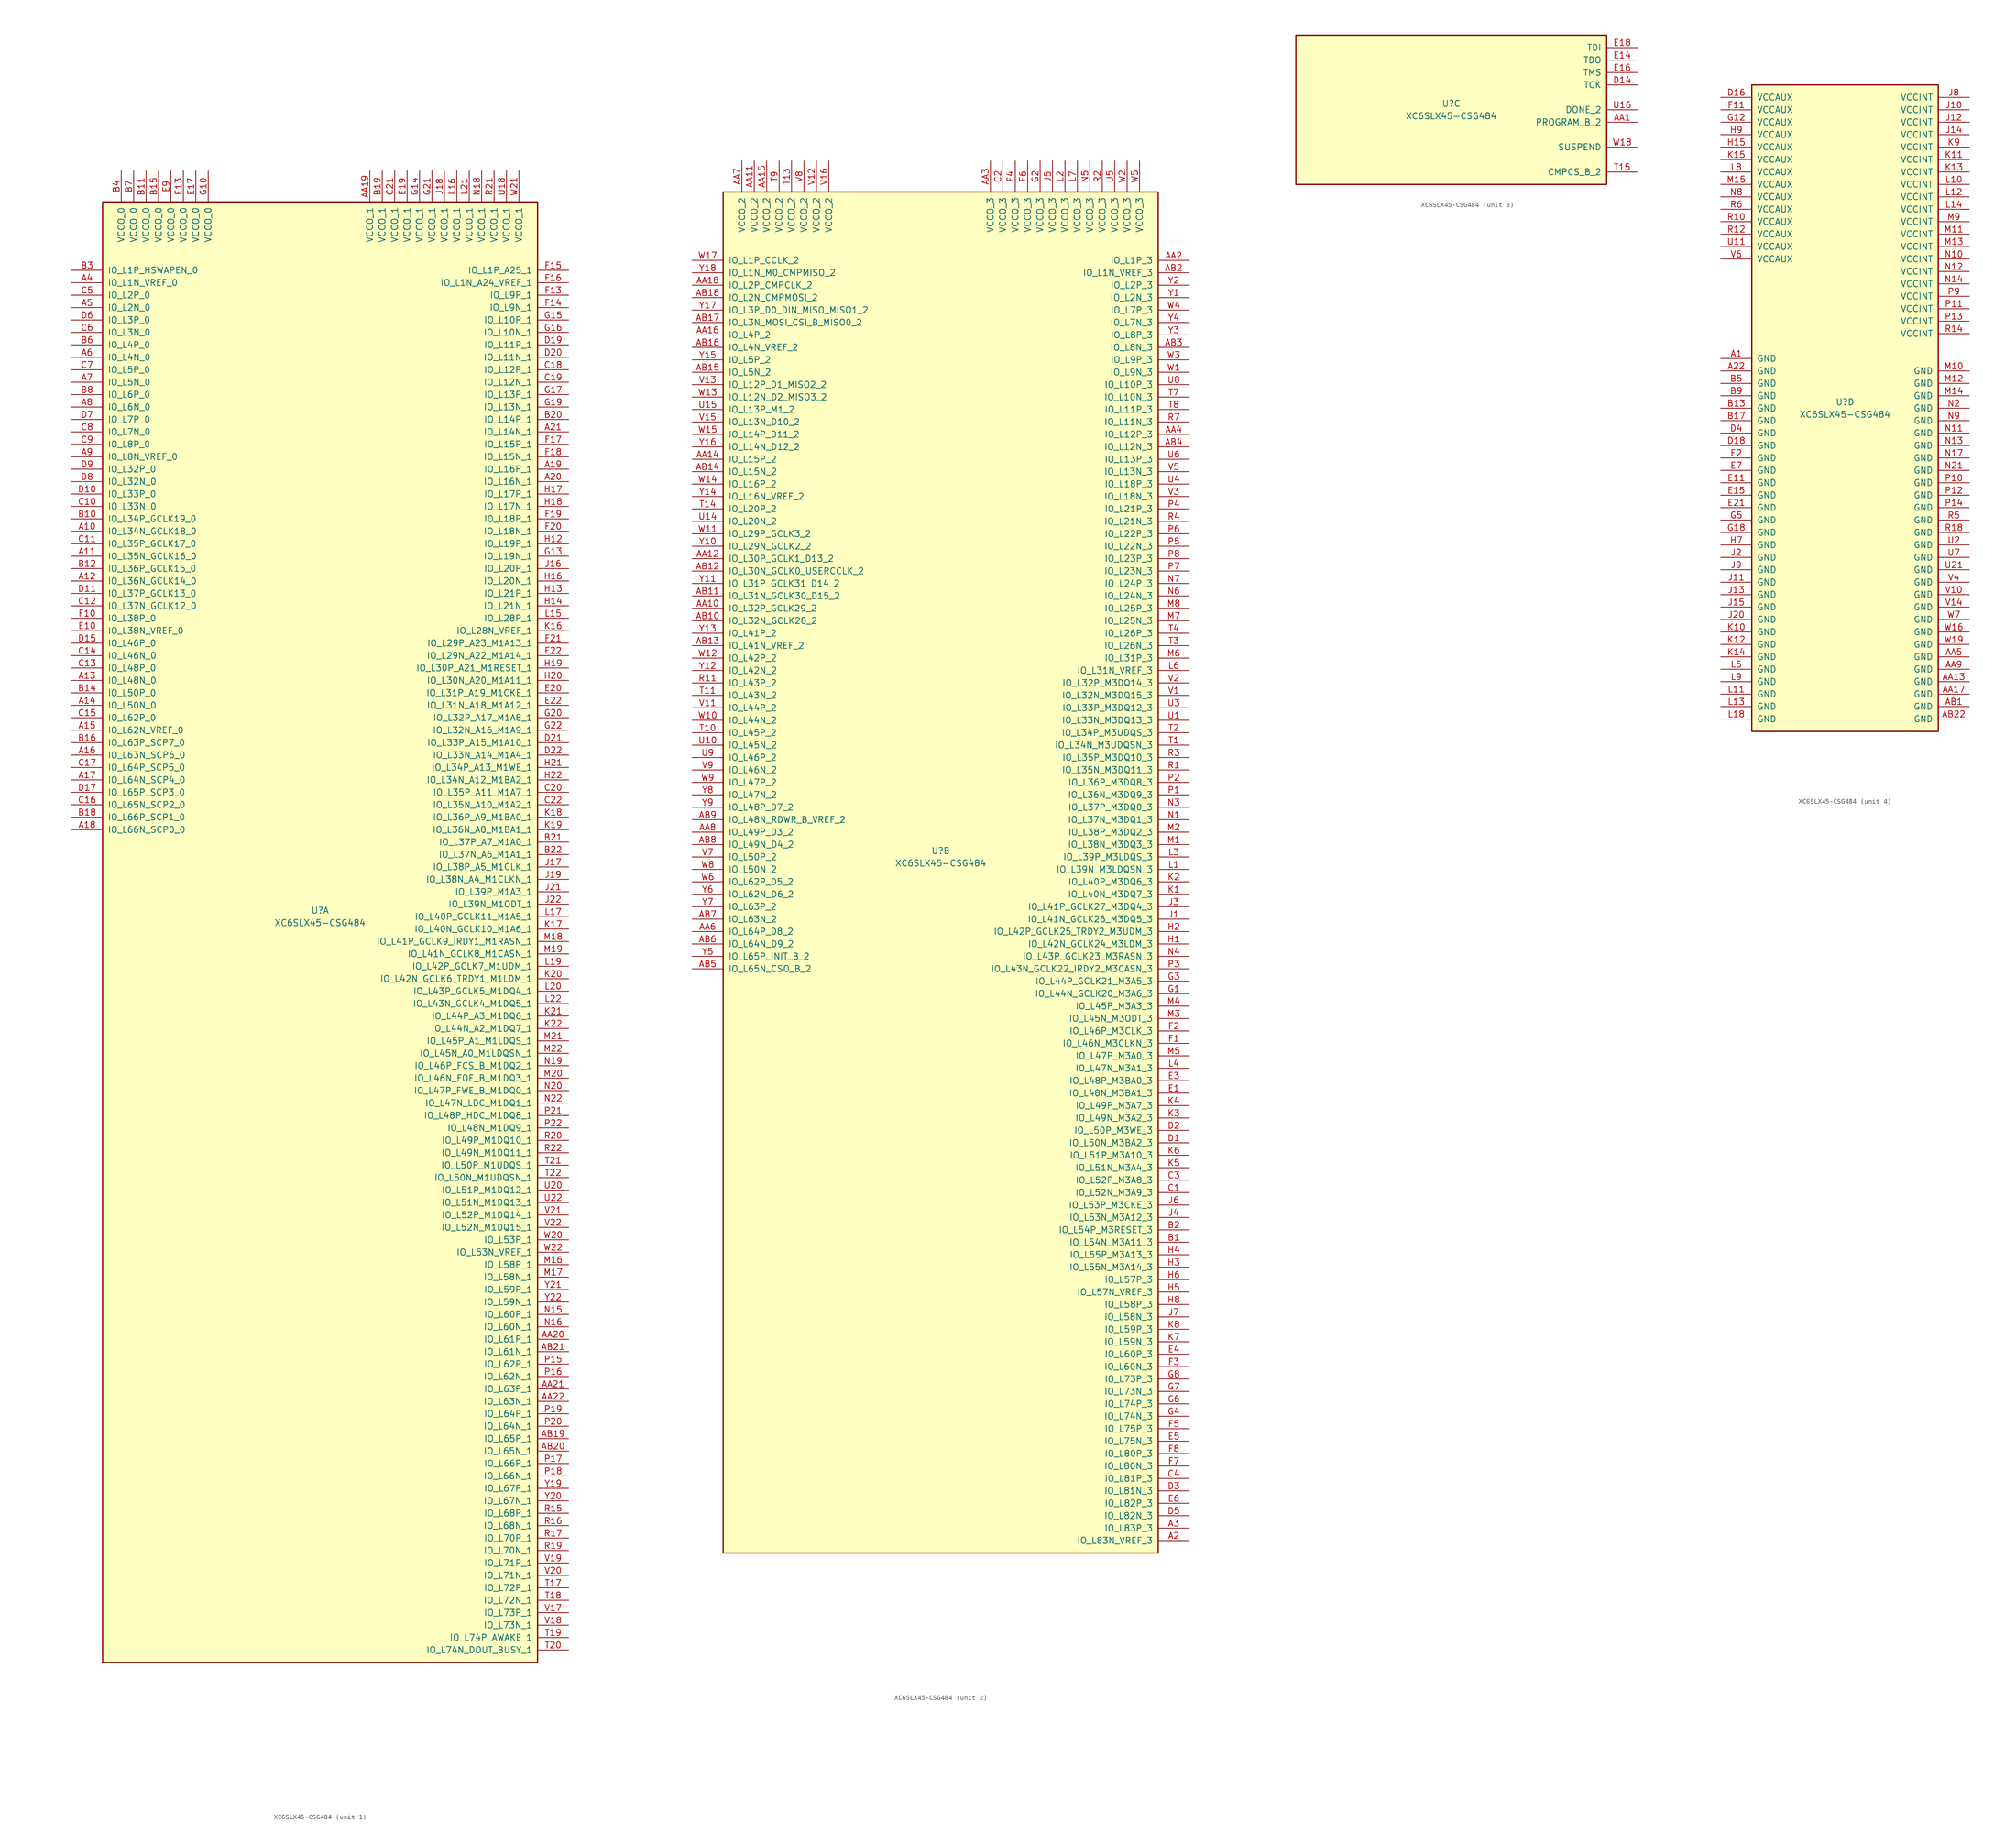
<source format=kicad_sym>
(kicad_symbol_lib
  (version 20211014)
  (generator kicad_symbol_editor)
  (symbol "XC6SLX45-CSG484"
    (pin_names
      (offset 1.016))
    (property "Reference" "U"
      (at 0 1.27 0)
      (effects (font (size 1.27 1.27))))
    (property "Value" "XC6SLX45-CSG484"
      (at 0 -1.27 0)
      (effects (font (size 1.27 1.27))))
    (property "Datasheet" ""
      (at 0 0 0)
      (effects (font (size 1.27 1.27))))
    (property "ki_locked" ""
      (at 0 0 0)
      (effects (font (size 1.27 1.27))))
    (symbol "XC6SLX45-CSG484_1_1"
      (rectangle (start -44.45 146.05) (end 44.45 -152.4) (stroke (width 0.254) (type default) (color 0 0 0 0)) (fill (type background)))
      (pin bidirectional line (at -50.8 78.74 0) (length 6.35) (name "IO_L34N_GCLK18_0" (effects (font (size 1.27 1.27)))) (number "A10" (effects (font (size 1.27 1.27)))))
      (pin bidirectional line (at -50.8 73.66 0) (length 6.35) (name "IO_L35N_GCLK16_0" (effects (font (size 1.27 1.27)))) (number "A11" (effects (font (size 1.27 1.27)))))
      (pin bidirectional line (at -50.8 68.58 0) (length 6.35) (name "IO_L36N_GCLK14_0" (effects (font (size 1.27 1.27)))) (number "A12" (effects (font (size 1.27 1.27)))))
      (pin bidirectional line (at -50.8 48.26 0) (length 6.35) (name "IO_L48N_0" (effects (font (size 1.27 1.27)))) (number "A13" (effects (font (size 1.27 1.27)))))
      (pin bidirectional line (at -50.8 43.18 0) (length 6.35) (name "IO_L50N_0" (effects (font (size 1.27 1.27)))) (number "A14" (effects (font (size 1.27 1.27)))))
      (pin bidirectional line (at -50.8 38.1 0) (length 6.35) (name "IO_L62N_VREF_0" (effects (font (size 1.27 1.27)))) (number "A15" (effects (font (size 1.27 1.27)))))
      (pin bidirectional line (at -50.8 33.02 0) (length 6.35) (name "IO_L63N_SCP6_0" (effects (font (size 1.27 1.27)))) (number "A16" (effects (font (size 1.27 1.27)))))
      (pin bidirectional line (at -50.8 27.94 0) (length 6.35) (name "IO_L64N_SCP4_0" (effects (font (size 1.27 1.27)))) (number "A17" (effects (font (size 1.27 1.27)))))
      (pin bidirectional line (at -50.8 17.78 0) (length 6.35) (name "IO_L66N_SCP0_0" (effects (font (size 1.27 1.27)))) (number "A18" (effects (font (size 1.27 1.27)))))
      (pin bidirectional line (at 50.8 91.44 180) (length 6.35) (name "IO_L16P_1" (effects (font (size 1.27 1.27)))) (number "A19" (effects (font (size 1.27 1.27)))))
      (pin bidirectional line (at 50.8 88.9 180) (length 6.35) (name "IO_L16N_1" (effects (font (size 1.27 1.27)))) (number "A20" (effects (font (size 1.27 1.27)))))
      (pin bidirectional line (at 50.8 99.06 180) (length 6.35) (name "IO_L14N_1" (effects (font (size 1.27 1.27)))) (number "A21" (effects (font (size 1.27 1.27)))))
      (pin bidirectional line (at -50.8 129.54 0) (length 6.35) (name "IO_L1N_VREF_0" (effects (font (size 1.27 1.27)))) (number "A4" (effects (font (size 1.27 1.27)))))
      (pin bidirectional line (at -50.8 124.46 0) (length 6.35) (name "IO_L2N_0" (effects (font (size 1.27 1.27)))) (number "A5" (effects (font (size 1.27 1.27)))))
      (pin bidirectional line (at -50.8 114.3 0) (length 6.35) (name "IO_L4N_0" (effects (font (size 1.27 1.27)))) (number "A6" (effects (font (size 1.27 1.27)))))
      (pin bidirectional line (at -50.8 109.22 0) (length 6.35) (name "IO_L5N_0" (effects (font (size 1.27 1.27)))) (number "A7" (effects (font (size 1.27 1.27)))))
      (pin bidirectional line (at -50.8 104.14 0) (length 6.35) (name "IO_L6N_0" (effects (font (size 1.27 1.27)))) (number "A8" (effects (font (size 1.27 1.27)))))
      (pin bidirectional line (at -50.8 93.98 0) (length 6.35) (name "IO_L8N_VREF_0" (effects (font (size 1.27 1.27)))) (number "A9" (effects (font (size 1.27 1.27)))))
      (pin power_in line (at 10.16 152.4 270) (length 6.35) (name "VCCO_1" (effects (font (size 1.27 1.27)))) (number "AA19" (effects (font (size 1.27 1.27)))))
      (pin bidirectional line (at 50.8 -86.36 180) (length 6.35) (name "IO_L61P_1" (effects (font (size 1.27 1.27)))) (number "AA20" (effects (font (size 1.27 1.27)))))
      (pin bidirectional line (at 50.8 -96.52 180) (length 6.35) (name "IO_L63P_1" (effects (font (size 1.27 1.27)))) (number "AA21" (effects (font (size 1.27 1.27)))))
      (pin bidirectional line (at 50.8 -99.06 180) (length 6.35) (name "IO_L63N_1" (effects (font (size 1.27 1.27)))) (number "AA22" (effects (font (size 1.27 1.27)))))
      (pin bidirectional line (at 50.8 -106.68 180) (length 6.35) (name "IO_L65P_1" (effects (font (size 1.27 1.27)))) (number "AB19" (effects (font (size 1.27 1.27)))))
      (pin bidirectional line (at 50.8 -109.22 180) (length 6.35) (name "IO_L65N_1" (effects (font (size 1.27 1.27)))) (number "AB20" (effects (font (size 1.27 1.27)))))
      (pin bidirectional line (at 50.8 -88.9 180) (length 6.35) (name "IO_L61N_1" (effects (font (size 1.27 1.27)))) (number "AB21" (effects (font (size 1.27 1.27)))))
      (pin bidirectional line (at -50.8 81.28 0) (length 6.35) (name "IO_L34P_GCLK19_0" (effects (font (size 1.27 1.27)))) (number "B10" (effects (font (size 1.27 1.27)))))
      (pin power_in line (at -35.56 152.4 270) (length 6.35) (name "VCCO_0" (effects (font (size 1.27 1.27)))) (number "B11" (effects (font (size 1.27 1.27)))))
      (pin bidirectional line (at -50.8 71.12 0) (length 6.35) (name "IO_L36P_GCLK15_0" (effects (font (size 1.27 1.27)))) (number "B12" (effects (font (size 1.27 1.27)))))
      (pin bidirectional line (at -50.8 45.72 0) (length 6.35) (name "IO_L50P_0" (effects (font (size 1.27 1.27)))) (number "B14" (effects (font (size 1.27 1.27)))))
      (pin power_in line (at -33.02 152.4 270) (length 6.35) (name "VCCO_0" (effects (font (size 1.27 1.27)))) (number "B15" (effects (font (size 1.27 1.27)))))
      (pin bidirectional line (at -50.8 35.56 0) (length 6.35) (name "IO_L63P_SCP7_0" (effects (font (size 1.27 1.27)))) (number "B16" (effects (font (size 1.27 1.27)))))
      (pin bidirectional line (at -50.8 20.32 0) (length 6.35) (name "IO_L66P_SCP1_0" (effects (font (size 1.27 1.27)))) (number "B18" (effects (font (size 1.27 1.27)))))
      (pin power_in line (at 12.7 152.4 270) (length 6.35) (name "VCCO_1" (effects (font (size 1.27 1.27)))) (number "B19" (effects (font (size 1.27 1.27)))))
      (pin bidirectional line (at 50.8 101.6 180) (length 6.35) (name "IO_L14P_1" (effects (font (size 1.27 1.27)))) (number "B20" (effects (font (size 1.27 1.27)))))
      (pin bidirectional line (at 50.8 15.24 180) (length 6.35) (name "IO_L37P_A7_M1A0_1" (effects (font (size 1.27 1.27)))) (number "B21" (effects (font (size 1.27 1.27)))))
      (pin bidirectional line (at 50.8 12.7 180) (length 6.35) (name "IO_L37N_A6_M1A1_1" (effects (font (size 1.27 1.27)))) (number "B22" (effects (font (size 1.27 1.27)))))
      (pin bidirectional line (at -50.8 132.08 0) (length 6.35) (name "IO_L1P_HSWAPEN_0" (effects (font (size 1.27 1.27)))) (number "B3" (effects (font (size 1.27 1.27)))))
      (pin power_in line (at -40.64 152.4 270) (length 6.35) (name "VCCO_0" (effects (font (size 1.27 1.27)))) (number "B4" (effects (font (size 1.27 1.27)))))
      (pin bidirectional line (at -50.8 116.84 0) (length 6.35) (name "IO_L4P_0" (effects (font (size 1.27 1.27)))) (number "B6" (effects (font (size 1.27 1.27)))))
      (pin power_in line (at -38.1 152.4 270) (length 6.35) (name "VCCO_0" (effects (font (size 1.27 1.27)))) (number "B7" (effects (font (size 1.27 1.27)))))
      (pin bidirectional line (at -50.8 106.68 0) (length 6.35) (name "IO_L6P_0" (effects (font (size 1.27 1.27)))) (number "B8" (effects (font (size 1.27 1.27)))))
      (pin bidirectional line (at -50.8 83.82 0) (length 6.35) (name "IO_L33N_0" (effects (font (size 1.27 1.27)))) (number "C10" (effects (font (size 1.27 1.27)))))
      (pin bidirectional line (at -50.8 76.2 0) (length 6.35) (name "IO_L35P_GCLK17_0" (effects (font (size 1.27 1.27)))) (number "C11" (effects (font (size 1.27 1.27)))))
      (pin bidirectional line (at -50.8 63.5 0) (length 6.35) (name "IO_L37N_GCLK12_0" (effects (font (size 1.27 1.27)))) (number "C12" (effects (font (size 1.27 1.27)))))
      (pin bidirectional line (at -50.8 50.8 0) (length 6.35) (name "IO_L48P_0" (effects (font (size 1.27 1.27)))) (number "C13" (effects (font (size 1.27 1.27)))))
      (pin bidirectional line (at -50.8 53.34 0) (length 6.35) (name "IO_L46N_0" (effects (font (size 1.27 1.27)))) (number "C14" (effects (font (size 1.27 1.27)))))
      (pin bidirectional line (at -50.8 40.64 0) (length 6.35) (name "IO_L62P_0" (effects (font (size 1.27 1.27)))) (number "C15" (effects (font (size 1.27 1.27)))))
      (pin bidirectional line (at -50.8 22.86 0) (length 6.35) (name "IO_L65N_SCP2_0" (effects (font (size 1.27 1.27)))) (number "C16" (effects (font (size 1.27 1.27)))))
      (pin bidirectional line (at -50.8 30.48 0) (length 6.35) (name "IO_L64P_SCP5_0" (effects (font (size 1.27 1.27)))) (number "C17" (effects (font (size 1.27 1.27)))))
      (pin bidirectional line (at 50.8 111.76 180) (length 6.35) (name "IO_L12P_1" (effects (font (size 1.27 1.27)))) (number "C18" (effects (font (size 1.27 1.27)))))
      (pin bidirectional line (at 50.8 109.22 180) (length 6.35) (name "IO_L12N_1" (effects (font (size 1.27 1.27)))) (number "C19" (effects (font (size 1.27 1.27)))))
      (pin bidirectional line (at 50.8 25.4 180) (length 6.35) (name "IO_L35P_A11_M1A7_1" (effects (font (size 1.27 1.27)))) (number "C20" (effects (font (size 1.27 1.27)))))
      (pin power_in line (at 15.24 152.4 270) (length 6.35) (name "VCCO_1" (effects (font (size 1.27 1.27)))) (number "C21" (effects (font (size 1.27 1.27)))))
      (pin bidirectional line (at 50.8 22.86 180) (length 6.35) (name "IO_L35N_A10_M1A2_1" (effects (font (size 1.27 1.27)))) (number "C22" (effects (font (size 1.27 1.27)))))
      (pin bidirectional line (at -50.8 127 0) (length 6.35) (name "IO_L2P_0" (effects (font (size 1.27 1.27)))) (number "C5" (effects (font (size 1.27 1.27)))))
      (pin bidirectional line (at -50.8 119.38 0) (length 6.35) (name "IO_L3N_0" (effects (font (size 1.27 1.27)))) (number "C6" (effects (font (size 1.27 1.27)))))
      (pin bidirectional line (at -50.8 111.76 0) (length 6.35) (name "IO_L5P_0" (effects (font (size 1.27 1.27)))) (number "C7" (effects (font (size 1.27 1.27)))))
      (pin bidirectional line (at -50.8 99.06 0) (length 6.35) (name "IO_L7N_0" (effects (font (size 1.27 1.27)))) (number "C8" (effects (font (size 1.27 1.27)))))
      (pin bidirectional line (at -50.8 96.52 0) (length 6.35) (name "IO_L8P_0" (effects (font (size 1.27 1.27)))) (number "C9" (effects (font (size 1.27 1.27)))))
      (pin bidirectional line (at -50.8 86.36 0) (length 6.35) (name "IO_L33P_0" (effects (font (size 1.27 1.27)))) (number "D10" (effects (font (size 1.27 1.27)))))
      (pin bidirectional line (at -50.8 66.04 0) (length 6.35) (name "IO_L37P_GCLK13_0" (effects (font (size 1.27 1.27)))) (number "D11" (effects (font (size 1.27 1.27)))))
      (pin bidirectional line (at -50.8 55.88 0) (length 6.35) (name "IO_L46P_0" (effects (font (size 1.27 1.27)))) (number "D15" (effects (font (size 1.27 1.27)))))
      (pin bidirectional line (at -50.8 25.4 0) (length 6.35) (name "IO_L65P_SCP3_0" (effects (font (size 1.27 1.27)))) (number "D17" (effects (font (size 1.27 1.27)))))
      (pin bidirectional line (at 50.8 116.84 180) (length 6.35) (name "IO_L11P_1" (effects (font (size 1.27 1.27)))) (number "D19" (effects (font (size 1.27 1.27)))))
      (pin bidirectional line (at 50.8 114.3 180) (length 6.35) (name "IO_L11N_1" (effects (font (size 1.27 1.27)))) (number "D20" (effects (font (size 1.27 1.27)))))
      (pin bidirectional line (at 50.8 35.56 180) (length 6.35) (name "IO_L33P_A15_M1A10_1" (effects (font (size 1.27 1.27)))) (number "D21" (effects (font (size 1.27 1.27)))))
      (pin bidirectional line (at 50.8 33.02 180) (length 6.35) (name "IO_L33N_A14_M1A4_1" (effects (font (size 1.27 1.27)))) (number "D22" (effects (font (size 1.27 1.27)))))
      (pin bidirectional line (at -50.8 121.92 0) (length 6.35) (name "IO_L3P_0" (effects (font (size 1.27 1.27)))) (number "D6" (effects (font (size 1.27 1.27)))))
      (pin bidirectional line (at -50.8 101.6 0) (length 6.35) (name "IO_L7P_0" (effects (font (size 1.27 1.27)))) (number "D7" (effects (font (size 1.27 1.27)))))
      (pin bidirectional line (at -50.8 88.9 0) (length 6.35) (name "IO_L32N_0" (effects (font (size 1.27 1.27)))) (number "D8" (effects (font (size 1.27 1.27)))))
      (pin bidirectional line (at -50.8 91.44 0) (length 6.35) (name "IO_L32P_0" (effects (font (size 1.27 1.27)))) (number "D9" (effects (font (size 1.27 1.27)))))
      (pin bidirectional line (at -50.8 58.42 0) (length 6.35) (name "IO_L38N_VREF_0" (effects (font (size 1.27 1.27)))) (number "E10" (effects (font (size 1.27 1.27)))))
      (pin power_in line (at -27.94 152.4 270) (length 6.35) (name "VCCO_0" (effects (font (size 1.27 1.27)))) (number "E13" (effects (font (size 1.27 1.27)))))
      (pin power_in line (at -25.4 152.4 270) (length 6.35) (name "VCCO_0" (effects (font (size 1.27 1.27)))) (number "E17" (effects (font (size 1.27 1.27)))))
      (pin power_in line (at 17.78 152.4 270) (length 6.35) (name "VCCO_1" (effects (font (size 1.27 1.27)))) (number "E19" (effects (font (size 1.27 1.27)))))
      (pin bidirectional line (at 50.8 45.72 180) (length 6.35) (name "IO_L31P_A19_M1CKE_1" (effects (font (size 1.27 1.27)))) (number "E20" (effects (font (size 1.27 1.27)))))
      (pin bidirectional line (at 50.8 43.18 180) (length 6.35) (name "IO_L31N_A18_M1A12_1" (effects (font (size 1.27 1.27)))) (number "E22" (effects (font (size 1.27 1.27)))))
      (pin power_in line (at -30.48 152.4 270) (length 6.35) (name "VCCO_0" (effects (font (size 1.27 1.27)))) (number "E9" (effects (font (size 1.27 1.27)))))
      (pin bidirectional line (at -50.8 60.96 0) (length 6.35) (name "IO_L38P_0" (effects (font (size 1.27 1.27)))) (number "F10" (effects (font (size 1.27 1.27)))))
      (pin bidirectional line (at 50.8 127 180) (length 6.35) (name "IO_L9P_1" (effects (font (size 1.27 1.27)))) (number "F13" (effects (font (size 1.27 1.27)))))
      (pin bidirectional line (at 50.8 124.46 180) (length 6.35) (name "IO_L9N_1" (effects (font (size 1.27 1.27)))) (number "F14" (effects (font (size 1.27 1.27)))))
      (pin bidirectional line (at 50.8 132.08 180) (length 6.35) (name "IO_L1P_A25_1" (effects (font (size 1.27 1.27)))) (number "F15" (effects (font (size 1.27 1.27)))))
      (pin bidirectional line (at 50.8 129.54 180) (length 6.35) (name "IO_L1N_A24_VREF_1" (effects (font (size 1.27 1.27)))) (number "F16" (effects (font (size 1.27 1.27)))))
      (pin bidirectional line (at 50.8 96.52 180) (length 6.35) (name "IO_L15P_1" (effects (font (size 1.27 1.27)))) (number "F17" (effects (font (size 1.27 1.27)))))
      (pin bidirectional line (at 50.8 93.98 180) (length 6.35) (name "IO_L15N_1" (effects (font (size 1.27 1.27)))) (number "F18" (effects (font (size 1.27 1.27)))))
      (pin bidirectional line (at 50.8 81.28 180) (length 6.35) (name "IO_L18P_1" (effects (font (size 1.27 1.27)))) (number "F19" (effects (font (size 1.27 1.27)))))
      (pin bidirectional line (at 50.8 78.74 180) (length 6.35) (name "IO_L18N_1" (effects (font (size 1.27 1.27)))) (number "F20" (effects (font (size 1.27 1.27)))))
      (pin bidirectional line (at 50.8 55.88 180) (length 6.35) (name "IO_L29P_A23_M1A13_1" (effects (font (size 1.27 1.27)))) (number "F21" (effects (font (size 1.27 1.27)))))
      (pin bidirectional line (at 50.8 53.34 180) (length 6.35) (name "IO_L29N_A22_M1A14_1" (effects (font (size 1.27 1.27)))) (number "F22" (effects (font (size 1.27 1.27)))))
      (pin power_in line (at -22.86 152.4 270) (length 6.35) (name "VCCO_0" (effects (font (size 1.27 1.27)))) (number "G10" (effects (font (size 1.27 1.27)))))
      (pin bidirectional line (at 50.8 73.66 180) (length 6.35) (name "IO_L19N_1" (effects (font (size 1.27 1.27)))) (number "G13" (effects (font (size 1.27 1.27)))))
      (pin power_in line (at 20.32 152.4 270) (length 6.35) (name "VCCO_1" (effects (font (size 1.27 1.27)))) (number "G14" (effects (font (size 1.27 1.27)))))
      (pin bidirectional line (at 50.8 121.92 180) (length 6.35) (name "IO_L10P_1" (effects (font (size 1.27 1.27)))) (number "G15" (effects (font (size 1.27 1.27)))))
      (pin bidirectional line (at 50.8 119.38 180) (length 6.35) (name "IO_L10N_1" (effects (font (size 1.27 1.27)))) (number "G16" (effects (font (size 1.27 1.27)))))
      (pin bidirectional line (at 50.8 106.68 180) (length 6.35) (name "IO_L13P_1" (effects (font (size 1.27 1.27)))) (number "G17" (effects (font (size 1.27 1.27)))))
      (pin bidirectional line (at 50.8 104.14 180) (length 6.35) (name "IO_L13N_1" (effects (font (size 1.27 1.27)))) (number "G19" (effects (font (size 1.27 1.27)))))
      (pin bidirectional line (at 50.8 40.64 180) (length 6.35) (name "IO_L32P_A17_M1A8_1" (effects (font (size 1.27 1.27)))) (number "G20" (effects (font (size 1.27 1.27)))))
      (pin power_in line (at 22.86 152.4 270) (length 6.35) (name "VCCO_1" (effects (font (size 1.27 1.27)))) (number "G21" (effects (font (size 1.27 1.27)))))
      (pin bidirectional line (at 50.8 38.1 180) (length 6.35) (name "IO_L32N_A16_M1A9_1" (effects (font (size 1.27 1.27)))) (number "G22" (effects (font (size 1.27 1.27)))))
      (pin bidirectional line (at 50.8 76.2 180) (length 6.35) (name "IO_L19P_1" (effects (font (size 1.27 1.27)))) (number "H12" (effects (font (size 1.27 1.27)))))
      (pin bidirectional line (at 50.8 66.04 180) (length 6.35) (name "IO_L21P_1" (effects (font (size 1.27 1.27)))) (number "H13" (effects (font (size 1.27 1.27)))))
      (pin bidirectional line (at 50.8 63.5 180) (length 6.35) (name "IO_L21N_1" (effects (font (size 1.27 1.27)))) (number "H14" (effects (font (size 1.27 1.27)))))
      (pin bidirectional line (at 50.8 68.58 180) (length 6.35) (name "IO_L20N_1" (effects (font (size 1.27 1.27)))) (number "H16" (effects (font (size 1.27 1.27)))))
      (pin bidirectional line (at 50.8 86.36 180) (length 6.35) (name "IO_L17P_1" (effects (font (size 1.27 1.27)))) (number "H17" (effects (font (size 1.27 1.27)))))
      (pin bidirectional line (at 50.8 83.82 180) (length 6.35) (name "IO_L17N_1" (effects (font (size 1.27 1.27)))) (number "H18" (effects (font (size 1.27 1.27)))))
      (pin bidirectional line (at 50.8 50.8 180) (length 6.35) (name "IO_L30P_A21_M1RESET_1" (effects (font (size 1.27 1.27)))) (number "H19" (effects (font (size 1.27 1.27)))))
      (pin bidirectional line (at 50.8 48.26 180) (length 6.35) (name "IO_L30N_A20_M1A11_1" (effects (font (size 1.27 1.27)))) (number "H20" (effects (font (size 1.27 1.27)))))
      (pin bidirectional line (at 50.8 30.48 180) (length 6.35) (name "IO_L34P_A13_M1WE_1" (effects (font (size 1.27 1.27)))) (number "H21" (effects (font (size 1.27 1.27)))))
      (pin bidirectional line (at 50.8 27.94 180) (length 6.35) (name "IO_L34N_A12_M1BA2_1" (effects (font (size 1.27 1.27)))) (number "H22" (effects (font (size 1.27 1.27)))))
      (pin bidirectional line (at 50.8 71.12 180) (length 6.35) (name "IO_L20P_1" (effects (font (size 1.27 1.27)))) (number "J16" (effects (font (size 1.27 1.27)))))
      (pin bidirectional line (at 50.8 10.16 180) (length 6.35) (name "IO_L38P_A5_M1CLK_1" (effects (font (size 1.27 1.27)))) (number "J17" (effects (font (size 1.27 1.27)))))
      (pin power_in line (at 25.4 152.4 270) (length 6.35) (name "VCCO_1" (effects (font (size 1.27 1.27)))) (number "J18" (effects (font (size 1.27 1.27)))))
      (pin bidirectional line (at 50.8 7.62 180) (length 6.35) (name "IO_L38N_A4_M1CLKN_1" (effects (font (size 1.27 1.27)))) (number "J19" (effects (font (size 1.27 1.27)))))
      (pin bidirectional line (at 50.8 5.08 180) (length 6.35) (name "IO_L39P_M1A3_1" (effects (font (size 1.27 1.27)))) (number "J21" (effects (font (size 1.27 1.27)))))
      (pin bidirectional line (at 50.8 2.54 180) (length 6.35) (name "IO_L39N_M1ODT_1" (effects (font (size 1.27 1.27)))) (number "J22" (effects (font (size 1.27 1.27)))))
      (pin bidirectional line (at 50.8 58.42 180) (length 6.35) (name "IO_L28N_VREF_1" (effects (font (size 1.27 1.27)))) (number "K16" (effects (font (size 1.27 1.27)))))
      (pin bidirectional line (at 50.8 -2.54 180) (length 6.35) (name "IO_L40N_GCLK10_M1A6_1" (effects (font (size 1.27 1.27)))) (number "K17" (effects (font (size 1.27 1.27)))))
      (pin bidirectional line (at 50.8 20.32 180) (length 6.35) (name "IO_L36P_A9_M1BA0_1" (effects (font (size 1.27 1.27)))) (number "K18" (effects (font (size 1.27 1.27)))))
      (pin bidirectional line (at 50.8 17.78 180) (length 6.35) (name "IO_L36N_A8_M1BA1_1" (effects (font (size 1.27 1.27)))) (number "K19" (effects (font (size 1.27 1.27)))))
      (pin bidirectional line (at 50.8 -12.7 180) (length 6.35) (name "IO_L42N_GCLK6_TRDY1_M1LDM_1" (effects (font (size 1.27 1.27)))) (number "K20" (effects (font (size 1.27 1.27)))))
      (pin bidirectional line (at 50.8 -20.32 180) (length 6.35) (name "IO_L44P_A3_M1DQ6_1" (effects (font (size 1.27 1.27)))) (number "K21" (effects (font (size 1.27 1.27)))))
      (pin bidirectional line (at 50.8 -22.86 180) (length 6.35) (name "IO_L44N_A2_M1DQ7_1" (effects (font (size 1.27 1.27)))) (number "K22" (effects (font (size 1.27 1.27)))))
      (pin bidirectional line (at 50.8 60.96 180) (length 6.35) (name "IO_L28P_1" (effects (font (size 1.27 1.27)))) (number "L15" (effects (font (size 1.27 1.27)))))
      (pin power_in line (at 27.94 152.4 270) (length 6.35) (name "VCCO_1" (effects (font (size 1.27 1.27)))) (number "L16" (effects (font (size 1.27 1.27)))))
      (pin bidirectional line (at 50.8 0 180) (length 6.35) (name "IO_L40P_GCLK11_M1A5_1" (effects (font (size 1.27 1.27)))) (number "L17" (effects (font (size 1.27 1.27)))))
      (pin bidirectional line (at 50.8 -10.16 180) (length 6.35) (name "IO_L42P_GCLK7_M1UDM_1" (effects (font (size 1.27 1.27)))) (number "L19" (effects (font (size 1.27 1.27)))))
      (pin bidirectional line (at 50.8 -15.24 180) (length 6.35) (name "IO_L43P_GCLK5_M1DQ4_1" (effects (font (size 1.27 1.27)))) (number "L20" (effects (font (size 1.27 1.27)))))
      (pin power_in line (at 30.48 152.4 270) (length 6.35) (name "VCCO_1" (effects (font (size 1.27 1.27)))) (number "L21" (effects (font (size 1.27 1.27)))))
      (pin bidirectional line (at 50.8 -17.78 180) (length 6.35) (name "IO_L43N_GCLK4_M1DQ5_1" (effects (font (size 1.27 1.27)))) (number "L22" (effects (font (size 1.27 1.27)))))
      (pin bidirectional line (at 50.8 -71.12 180) (length 6.35) (name "IO_L58P_1" (effects (font (size 1.27 1.27)))) (number "M16" (effects (font (size 1.27 1.27)))))
      (pin bidirectional line (at 50.8 -73.66 180) (length 6.35) (name "IO_L58N_1" (effects (font (size 1.27 1.27)))) (number "M17" (effects (font (size 1.27 1.27)))))
      (pin bidirectional line (at 50.8 -5.08 180) (length 6.35) (name "IO_L41P_GCLK9_IRDY1_M1RASN_1" (effects (font (size 1.27 1.27)))) (number "M18" (effects (font (size 1.27 1.27)))))
      (pin bidirectional line (at 50.8 -7.62 180) (length 6.35) (name "IO_L41N_GCLK8_M1CASN_1" (effects (font (size 1.27 1.27)))) (number "M19" (effects (font (size 1.27 1.27)))))
      (pin bidirectional line (at 50.8 -33.02 180) (length 6.35) (name "IO_L46N_FOE_B_M1DQ3_1" (effects (font (size 1.27 1.27)))) (number "M20" (effects (font (size 1.27 1.27)))))
      (pin bidirectional line (at 50.8 -25.4 180) (length 6.35) (name "IO_L45P_A1_M1LDQS_1" (effects (font (size 1.27 1.27)))) (number "M21" (effects (font (size 1.27 1.27)))))
      (pin bidirectional line (at 50.8 -27.94 180) (length 6.35) (name "IO_L45N_A0_M1LDQSN_1" (effects (font (size 1.27 1.27)))) (number "M22" (effects (font (size 1.27 1.27)))))
      (pin bidirectional line (at 50.8 -81.28 180) (length 6.35) (name "IO_L60P_1" (effects (font (size 1.27 1.27)))) (number "N15" (effects (font (size 1.27 1.27)))))
      (pin bidirectional line (at 50.8 -83.82 180) (length 6.35) (name "IO_L60N_1" (effects (font (size 1.27 1.27)))) (number "N16" (effects (font (size 1.27 1.27)))))
      (pin power_in line (at 33.02 152.4 270) (length 6.35) (name "VCCO_1" (effects (font (size 1.27 1.27)))) (number "N18" (effects (font (size 1.27 1.27)))))
      (pin bidirectional line (at 50.8 -30.48 180) (length 6.35) (name "IO_L46P_FCS_B_M1DQ2_1" (effects (font (size 1.27 1.27)))) (number "N19" (effects (font (size 1.27 1.27)))))
      (pin bidirectional line (at 50.8 -35.56 180) (length 6.35) (name "IO_L47P_FWE_B_M1DQ0_1" (effects (font (size 1.27 1.27)))) (number "N20" (effects (font (size 1.27 1.27)))))
      (pin bidirectional line (at 50.8 -38.1 180) (length 6.35) (name "IO_L47N_LDC_M1DQ1_1" (effects (font (size 1.27 1.27)))) (number "N22" (effects (font (size 1.27 1.27)))))
      (pin bidirectional line (at 50.8 -91.44 180) (length 6.35) (name "IO_L62P_1" (effects (font (size 1.27 1.27)))) (number "P15" (effects (font (size 1.27 1.27)))))
      (pin bidirectional line (at 50.8 -93.98 180) (length 6.35) (name "IO_L62N_1" (effects (font (size 1.27 1.27)))) (number "P16" (effects (font (size 1.27 1.27)))))
      (pin bidirectional line (at 50.8 -111.76 180) (length 6.35) (name "IO_L66P_1" (effects (font (size 1.27 1.27)))) (number "P17" (effects (font (size 1.27 1.27)))))
      (pin bidirectional line (at 50.8 -114.3 180) (length 6.35) (name "IO_L66N_1" (effects (font (size 1.27 1.27)))) (number "P18" (effects (font (size 1.27 1.27)))))
      (pin bidirectional line (at 50.8 -101.6 180) (length 6.35) (name "IO_L64P_1" (effects (font (size 1.27 1.27)))) (number "P19" (effects (font (size 1.27 1.27)))))
      (pin bidirectional line (at 50.8 -104.14 180) (length 6.35) (name "IO_L64N_1" (effects (font (size 1.27 1.27)))) (number "P20" (effects (font (size 1.27 1.27)))))
      (pin bidirectional line (at 50.8 -40.64 180) (length 6.35) (name "IO_L48P_HDC_M1DQ8_1" (effects (font (size 1.27 1.27)))) (number "P21" (effects (font (size 1.27 1.27)))))
      (pin bidirectional line (at 50.8 -43.18 180) (length 6.35) (name "IO_L48N_M1DQ9_1" (effects (font (size 1.27 1.27)))) (number "P22" (effects (font (size 1.27 1.27)))))
      (pin bidirectional line (at 50.8 -121.92 180) (length 6.35) (name "IO_L68P_1" (effects (font (size 1.27 1.27)))) (number "R15" (effects (font (size 1.27 1.27)))))
      (pin bidirectional line (at 50.8 -124.46 180) (length 6.35) (name "IO_L68N_1" (effects (font (size 1.27 1.27)))) (number "R16" (effects (font (size 1.27 1.27)))))
      (pin bidirectional line (at 50.8 -127 180) (length 6.35) (name "IO_L70P_1" (effects (font (size 1.27 1.27)))) (number "R17" (effects (font (size 1.27 1.27)))))
      (pin bidirectional line (at 50.8 -129.54 180) (length 6.35) (name "IO_L70N_1" (effects (font (size 1.27 1.27)))) (number "R19" (effects (font (size 1.27 1.27)))))
      (pin bidirectional line (at 50.8 -45.72 180) (length 6.35) (name "IO_L49P_M1DQ10_1" (effects (font (size 1.27 1.27)))) (number "R20" (effects (font (size 1.27 1.27)))))
      (pin power_in line (at 35.56 152.4 270) (length 6.35) (name "VCCO_1" (effects (font (size 1.27 1.27)))) (number "R21" (effects (font (size 1.27 1.27)))))
      (pin bidirectional line (at 50.8 -48.26 180) (length 6.35) (name "IO_L49N_M1DQ11_1" (effects (font (size 1.27 1.27)))) (number "R22" (effects (font (size 1.27 1.27)))))
      (pin bidirectional line (at 50.8 -137.16 180) (length 6.35) (name "IO_L72P_1" (effects (font (size 1.27 1.27)))) (number "T17" (effects (font (size 1.27 1.27)))))
      (pin bidirectional line (at 50.8 -139.7 180) (length 6.35) (name "IO_L72N_1" (effects (font (size 1.27 1.27)))) (number "T18" (effects (font (size 1.27 1.27)))))
      (pin bidirectional line (at 50.8 -147.32 180) (length 6.35) (name "IO_L74P_AWAKE_1" (effects (font (size 1.27 1.27)))) (number "T19" (effects (font (size 1.27 1.27)))))
      (pin bidirectional line (at 50.8 -149.86 180) (length 6.35) (name "IO_L74N_DOUT_BUSY_1" (effects (font (size 1.27 1.27)))) (number "T20" (effects (font (size 1.27 1.27)))))
      (pin bidirectional line (at 50.8 -50.8 180) (length 6.35) (name "IO_L50P_M1UDQS_1" (effects (font (size 1.27 1.27)))) (number "T21" (effects (font (size 1.27 1.27)))))
      (pin bidirectional line (at 50.8 -53.34 180) (length 6.35) (name "IO_L50N_M1UDQSN_1" (effects (font (size 1.27 1.27)))) (number "T22" (effects (font (size 1.27 1.27)))))
      (pin power_in line (at 38.1 152.4 270) (length 6.35) (name "VCCO_1" (effects (font (size 1.27 1.27)))) (number "U18" (effects (font (size 1.27 1.27)))))
      (pin bidirectional line (at 50.8 -55.88 180) (length 6.35) (name "IO_L51P_M1DQ12_1" (effects (font (size 1.27 1.27)))) (number "U20" (effects (font (size 1.27 1.27)))))
      (pin bidirectional line (at 50.8 -58.42 180) (length 6.35) (name "IO_L51N_M1DQ13_1" (effects (font (size 1.27 1.27)))) (number "U22" (effects (font (size 1.27 1.27)))))
      (pin bidirectional line (at 50.8 -142.24 180) (length 6.35) (name "IO_L73P_1" (effects (font (size 1.27 1.27)))) (number "V17" (effects (font (size 1.27 1.27)))))
      (pin bidirectional line (at 50.8 -144.78 180) (length 6.35) (name "IO_L73N_1" (effects (font (size 1.27 1.27)))) (number "V18" (effects (font (size 1.27 1.27)))))
      (pin bidirectional line (at 50.8 -132.08 180) (length 6.35) (name "IO_L71P_1" (effects (font (size 1.27 1.27)))) (number "V19" (effects (font (size 1.27 1.27)))))
      (pin bidirectional line (at 50.8 -134.62 180) (length 6.35) (name "IO_L71N_1" (effects (font (size 1.27 1.27)))) (number "V20" (effects (font (size 1.27 1.27)))))
      (pin bidirectional line (at 50.8 -60.96 180) (length 6.35) (name "IO_L52P_M1DQ14_1" (effects (font (size 1.27 1.27)))) (number "V21" (effects (font (size 1.27 1.27)))))
      (pin bidirectional line (at 50.8 -63.5 180) (length 6.35) (name "IO_L52N_M1DQ15_1" (effects (font (size 1.27 1.27)))) (number "V22" (effects (font (size 1.27 1.27)))))
      (pin bidirectional line (at 50.8 -66.04 180) (length 6.35) (name "IO_L53P_1" (effects (font (size 1.27 1.27)))) (number "W20" (effects (font (size 1.27 1.27)))))
      (pin power_in line (at 40.64 152.4 270) (length 6.35) (name "VCCO_1" (effects (font (size 1.27 1.27)))) (number "W21" (effects (font (size 1.27 1.27)))))
      (pin bidirectional line (at 50.8 -68.58 180) (length 6.35) (name "IO_L53N_VREF_1" (effects (font (size 1.27 1.27)))) (number "W22" (effects (font (size 1.27 1.27)))))
      (pin bidirectional line (at 50.8 -116.84 180) (length 6.35) (name "IO_L67P_1" (effects (font (size 1.27 1.27)))) (number "Y19" (effects (font (size 1.27 1.27)))))
      (pin bidirectional line (at 50.8 -119.38 180) (length 6.35) (name "IO_L67N_1" (effects (font (size 1.27 1.27)))) (number "Y20" (effects (font (size 1.27 1.27)))))
      (pin bidirectional line (at 50.8 -76.2 180) (length 6.35) (name "IO_L59P_1" (effects (font (size 1.27 1.27)))) (number "Y21" (effects (font (size 1.27 1.27)))))
      (pin bidirectional line (at 50.8 -78.74 180) (length 6.35) (name "IO_L59N_1" (effects (font (size 1.27 1.27)))) (number "Y22" (effects (font (size 1.27 1.27))))))
    (symbol "XC6SLX45-CSG484_2_1"
      (rectangle (start -44.45 135.89) (end 44.45 -142.24) (stroke (width 0.254) (type default) (color 0 0 0 0)) (fill (type background)))
      (pin bidirectional line (at 50.8 -139.7 180) (length 6.35) (name "IO_L83N_VREF_3" (effects (font (size 1.27 1.27)))) (number "A2" (effects (font (size 1.27 1.27)))))
      (pin bidirectional line (at 50.8 -137.16 180) (length 6.35) (name "IO_L83P_3" (effects (font (size 1.27 1.27)))) (number "A3" (effects (font (size 1.27 1.27)))))
      (pin bidirectional line (at -50.8 50.8 0) (length 6.35) (name "IO_L32P_GCLK29_2" (effects (font (size 1.27 1.27)))) (number "AA10" (effects (font (size 1.27 1.27)))))
      (pin power_in line (at -38.1 142.24 270) (length 6.35) (name "VCCO_2" (effects (font (size 1.27 1.27)))) (number "AA11" (effects (font (size 1.27 1.27)))))
      (pin bidirectional line (at -50.8 60.96 0) (length 6.35) (name "IO_L30P_GCLK1_D13_2" (effects (font (size 1.27 1.27)))) (number "AA12" (effects (font (size 1.27 1.27)))))
      (pin bidirectional line (at -50.8 81.28 0) (length 6.35) (name "IO_L15P_2" (effects (font (size 1.27 1.27)))) (number "AA14" (effects (font (size 1.27 1.27)))))
      (pin power_in line (at -35.56 142.24 270) (length 6.35) (name "VCCO_2" (effects (font (size 1.27 1.27)))) (number "AA15" (effects (font (size 1.27 1.27)))))
      (pin bidirectional line (at -50.8 106.68 0) (length 6.35) (name "IO_L4P_2" (effects (font (size 1.27 1.27)))) (number "AA16" (effects (font (size 1.27 1.27)))))
      (pin bidirectional line (at -50.8 116.84 0) (length 6.35) (name "IO_L2P_CMPCLK_2" (effects (font (size 1.27 1.27)))) (number "AA18" (effects (font (size 1.27 1.27)))))
      (pin bidirectional line (at 50.8 121.92 180) (length 6.35) (name "IO_L1P_3" (effects (font (size 1.27 1.27)))) (number "AA2" (effects (font (size 1.27 1.27)))))
      (pin power_in line (at 10.16 142.24 270) (length 6.35) (name "VCCO_3" (effects (font (size 1.27 1.27)))) (number "AA3" (effects (font (size 1.27 1.27)))))
      (pin bidirectional line (at 50.8 86.36 180) (length 6.35) (name "IO_L12P_3" (effects (font (size 1.27 1.27)))) (number "AA4" (effects (font (size 1.27 1.27)))))
      (pin bidirectional line (at -50.8 -15.24 0) (length 6.35) (name "IO_L64P_D8_2" (effects (font (size 1.27 1.27)))) (number "AA6" (effects (font (size 1.27 1.27)))))
      (pin power_in line (at -40.64 142.24 270) (length 6.35) (name "VCCO_2" (effects (font (size 1.27 1.27)))) (number "AA7" (effects (font (size 1.27 1.27)))))
      (pin bidirectional line (at -50.8 5.08 0) (length 6.35) (name "IO_L49P_D3_2" (effects (font (size 1.27 1.27)))) (number "AA8" (effects (font (size 1.27 1.27)))))
      (pin bidirectional line (at -50.8 48.26 0) (length 6.35) (name "IO_L32N_GCLK28_2" (effects (font (size 1.27 1.27)))) (number "AB10" (effects (font (size 1.27 1.27)))))
      (pin bidirectional line (at -50.8 53.34 0) (length 6.35) (name "IO_L31N_GCLK30_D15_2" (effects (font (size 1.27 1.27)))) (number "AB11" (effects (font (size 1.27 1.27)))))
      (pin bidirectional line (at -50.8 58.42 0) (length 6.35) (name "IO_L30N_GCLK0_USERCCLK_2" (effects (font (size 1.27 1.27)))) (number "AB12" (effects (font (size 1.27 1.27)))))
      (pin bidirectional line (at -50.8 43.18 0) (length 6.35) (name "IO_L41N_VREF_2" (effects (font (size 1.27 1.27)))) (number "AB13" (effects (font (size 1.27 1.27)))))
      (pin bidirectional line (at -50.8 78.74 0) (length 6.35) (name "IO_L15N_2" (effects (font (size 1.27 1.27)))) (number "AB14" (effects (font (size 1.27 1.27)))))
      (pin bidirectional line (at -50.8 99.06 0) (length 6.35) (name "IO_L5N_2" (effects (font (size 1.27 1.27)))) (number "AB15" (effects (font (size 1.27 1.27)))))
      (pin bidirectional line (at -50.8 104.14 0) (length 6.35) (name "IO_L4N_VREF_2" (effects (font (size 1.27 1.27)))) (number "AB16" (effects (font (size 1.27 1.27)))))
      (pin bidirectional line (at -50.8 109.22 0) (length 6.35) (name "IO_L3N_MOSI_CSI_B_MISO0_2" (effects (font (size 1.27 1.27)))) (number "AB17" (effects (font (size 1.27 1.27)))))
      (pin bidirectional line (at -50.8 114.3 0) (length 6.35) (name "IO_L2N_CMPMOSI_2" (effects (font (size 1.27 1.27)))) (number "AB18" (effects (font (size 1.27 1.27)))))
      (pin bidirectional line (at 50.8 119.38 180) (length 6.35) (name "IO_L1N_VREF_3" (effects (font (size 1.27 1.27)))) (number "AB2" (effects (font (size 1.27 1.27)))))
      (pin bidirectional line (at 50.8 104.14 180) (length 6.35) (name "IO_L8N_3" (effects (font (size 1.27 1.27)))) (number "AB3" (effects (font (size 1.27 1.27)))))
      (pin bidirectional line (at 50.8 83.82 180) (length 6.35) (name "IO_L12N_3" (effects (font (size 1.27 1.27)))) (number "AB4" (effects (font (size 1.27 1.27)))))
      (pin bidirectional line (at -50.8 -22.86 0) (length 6.35) (name "IO_L65N_CSO_B_2" (effects (font (size 1.27 1.27)))) (number "AB5" (effects (font (size 1.27 1.27)))))
      (pin bidirectional line (at -50.8 -17.78 0) (length 6.35) (name "IO_L64N_D9_2" (effects (font (size 1.27 1.27)))) (number "AB6" (effects (font (size 1.27 1.27)))))
      (pin bidirectional line (at -50.8 -12.7 0) (length 6.35) (name "IO_L63N_2" (effects (font (size 1.27 1.27)))) (number "AB7" (effects (font (size 1.27 1.27)))))
      (pin bidirectional line (at -50.8 2.54 0) (length 6.35) (name "IO_L49N_D4_2" (effects (font (size 1.27 1.27)))) (number "AB8" (effects (font (size 1.27 1.27)))))
      (pin bidirectional line (at -50.8 7.62 0) (length 6.35) (name "IO_L48N_RDWR_B_VREF_2" (effects (font (size 1.27 1.27)))) (number "AB9" (effects (font (size 1.27 1.27)))))
      (pin bidirectional line (at 50.8 -78.74 180) (length 6.35) (name "IO_L54N_M3A11_3" (effects (font (size 1.27 1.27)))) (number "B1" (effects (font (size 1.27 1.27)))))
      (pin bidirectional line (at 50.8 -76.2 180) (length 6.35) (name "IO_L54P_M3RESET_3" (effects (font (size 1.27 1.27)))) (number "B2" (effects (font (size 1.27 1.27)))))
      (pin bidirectional line (at 50.8 -68.58 180) (length 6.35) (name "IO_L52N_M3A9_3" (effects (font (size 1.27 1.27)))) (number "C1" (effects (font (size 1.27 1.27)))))
      (pin power_in line (at 12.7 142.24 270) (length 6.35) (name "VCCO_3" (effects (font (size 1.27 1.27)))) (number "C2" (effects (font (size 1.27 1.27)))))
      (pin bidirectional line (at 50.8 -66.04 180) (length 6.35) (name "IO_L52P_M3A8_3" (effects (font (size 1.27 1.27)))) (number "C3" (effects (font (size 1.27 1.27)))))
      (pin bidirectional line (at 50.8 -127 180) (length 6.35) (name "IO_L81P_3" (effects (font (size 1.27 1.27)))) (number "C4" (effects (font (size 1.27 1.27)))))
      (pin bidirectional line (at 50.8 -58.42 180) (length 6.35) (name "IO_L50N_M3BA2_3" (effects (font (size 1.27 1.27)))) (number "D1" (effects (font (size 1.27 1.27)))))
      (pin bidirectional line (at 50.8 -55.88 180) (length 6.35) (name "IO_L50P_M3WE_3" (effects (font (size 1.27 1.27)))) (number "D2" (effects (font (size 1.27 1.27)))))
      (pin bidirectional line (at 50.8 -129.54 180) (length 6.35) (name "IO_L81N_3" (effects (font (size 1.27 1.27)))) (number "D3" (effects (font (size 1.27 1.27)))))
      (pin bidirectional line (at 50.8 -134.62 180) (length 6.35) (name "IO_L82N_3" (effects (font (size 1.27 1.27)))) (number "D5" (effects (font (size 1.27 1.27)))))
      (pin bidirectional line (at 50.8 -48.26 180) (length 6.35) (name "IO_L48N_M3BA1_3" (effects (font (size 1.27 1.27)))) (number "E1" (effects (font (size 1.27 1.27)))))
      (pin bidirectional line (at 50.8 -45.72 180) (length 6.35) (name "IO_L48P_M3BA0_3" (effects (font (size 1.27 1.27)))) (number "E3" (effects (font (size 1.27 1.27)))))
      (pin bidirectional line (at 50.8 -101.6 180) (length 6.35) (name "IO_L60P_3" (effects (font (size 1.27 1.27)))) (number "E4" (effects (font (size 1.27 1.27)))))
      (pin bidirectional line (at 50.8 -119.38 180) (length 6.35) (name "IO_L75N_3" (effects (font (size 1.27 1.27)))) (number "E5" (effects (font (size 1.27 1.27)))))
      (pin bidirectional line (at 50.8 -132.08 180) (length 6.35) (name "IO_L82P_3" (effects (font (size 1.27 1.27)))) (number "E6" (effects (font (size 1.27 1.27)))))
      (pin bidirectional line (at 50.8 -38.1 180) (length 6.35) (name "IO_L46N_M3CLKN_3" (effects (font (size 1.27 1.27)))) (number "F1" (effects (font (size 1.27 1.27)))))
      (pin bidirectional line (at 50.8 -35.56 180) (length 6.35) (name "IO_L46P_M3CLK_3" (effects (font (size 1.27 1.27)))) (number "F2" (effects (font (size 1.27 1.27)))))
      (pin bidirectional line (at 50.8 -104.14 180) (length 6.35) (name "IO_L60N_3" (effects (font (size 1.27 1.27)))) (number "F3" (effects (font (size 1.27 1.27)))))
      (pin power_in line (at 15.24 142.24 270) (length 6.35) (name "VCCO_3" (effects (font (size 1.27 1.27)))) (number "F4" (effects (font (size 1.27 1.27)))))
      (pin bidirectional line (at 50.8 -116.84 180) (length 6.35) (name "IO_L75P_3" (effects (font (size 1.27 1.27)))) (number "F5" (effects (font (size 1.27 1.27)))))
      (pin power_in line (at 17.78 142.24 270) (length 6.35) (name "VCCO_3" (effects (font (size 1.27 1.27)))) (number "F6" (effects (font (size 1.27 1.27)))))
      (pin bidirectional line (at 50.8 -124.46 180) (length 6.35) (name "IO_L80N_3" (effects (font (size 1.27 1.27)))) (number "F7" (effects (font (size 1.27 1.27)))))
      (pin bidirectional line (at 50.8 -121.92 180) (length 6.35) (name "IO_L80P_3" (effects (font (size 1.27 1.27)))) (number "F8" (effects (font (size 1.27 1.27)))))
      (pin bidirectional line (at 50.8 -27.94 180) (length 6.35) (name "IO_L44N_GCLK20_M3A6_3" (effects (font (size 1.27 1.27)))) (number "G1" (effects (font (size 1.27 1.27)))))
      (pin power_in line (at 20.32 142.24 270) (length 6.35) (name "VCCO_3" (effects (font (size 1.27 1.27)))) (number "G2" (effects (font (size 1.27 1.27)))))
      (pin bidirectional line (at 50.8 -25.4 180) (length 6.35) (name "IO_L44P_GCLK21_M3A5_3" (effects (font (size 1.27 1.27)))) (number "G3" (effects (font (size 1.27 1.27)))))
      (pin bidirectional line (at 50.8 -114.3 180) (length 6.35) (name "IO_L74N_3" (effects (font (size 1.27 1.27)))) (number "G4" (effects (font (size 1.27 1.27)))))
      (pin bidirectional line (at 50.8 -111.76 180) (length 6.35) (name "IO_L74P_3" (effects (font (size 1.27 1.27)))) (number "G6" (effects (font (size 1.27 1.27)))))
      (pin bidirectional line (at 50.8 -109.22 180) (length 6.35) (name "IO_L73N_3" (effects (font (size 1.27 1.27)))) (number "G7" (effects (font (size 1.27 1.27)))))
      (pin bidirectional line (at 50.8 -106.68 180) (length 6.35) (name "IO_L73P_3" (effects (font (size 1.27 1.27)))) (number "G8" (effects (font (size 1.27 1.27)))))
      (pin bidirectional line (at 50.8 -17.78 180) (length 6.35) (name "IO_L42N_GCLK24_M3LDM_3" (effects (font (size 1.27 1.27)))) (number "H1" (effects (font (size 1.27 1.27)))))
      (pin bidirectional line (at 50.8 -15.24 180) (length 6.35) (name "IO_L42P_GCLK25_TRDY2_M3UDM_3" (effects (font (size 1.27 1.27)))) (number "H2" (effects (font (size 1.27 1.27)))))
      (pin bidirectional line (at 50.8 -83.82 180) (length 6.35) (name "IO_L55N_M3A14_3" (effects (font (size 1.27 1.27)))) (number "H3" (effects (font (size 1.27 1.27)))))
      (pin bidirectional line (at 50.8 -81.28 180) (length 6.35) (name "IO_L55P_M3A13_3" (effects (font (size 1.27 1.27)))) (number "H4" (effects (font (size 1.27 1.27)))))
      (pin bidirectional line (at 50.8 -88.9 180) (length 6.35) (name "IO_L57N_VREF_3" (effects (font (size 1.27 1.27)))) (number "H5" (effects (font (size 1.27 1.27)))))
      (pin bidirectional line (at 50.8 -86.36 180) (length 6.35) (name "IO_L57P_3" (effects (font (size 1.27 1.27)))) (number "H6" (effects (font (size 1.27 1.27)))))
      (pin bidirectional line (at 50.8 -91.44 180) (length 6.35) (name "IO_L58P_3" (effects (font (size 1.27 1.27)))) (number "H8" (effects (font (size 1.27 1.27)))))
      (pin bidirectional line (at 50.8 -12.7 180) (length 6.35) (name "IO_L41N_GCLK26_M3DQ5_3" (effects (font (size 1.27 1.27)))) (number "J1" (effects (font (size 1.27 1.27)))))
      (pin bidirectional line (at 50.8 -10.16 180) (length 6.35) (name "IO_L41P_GCLK27_M3DQ4_3" (effects (font (size 1.27 1.27)))) (number "J3" (effects (font (size 1.27 1.27)))))
      (pin bidirectional line (at 50.8 -73.66 180) (length 6.35) (name "IO_L53N_M3A12_3" (effects (font (size 1.27 1.27)))) (number "J4" (effects (font (size 1.27 1.27)))))
      (pin power_in line (at 22.86 142.24 270) (length 6.35) (name "VCCO_3" (effects (font (size 1.27 1.27)))) (number "J5" (effects (font (size 1.27 1.27)))))
      (pin bidirectional line (at 50.8 -71.12 180) (length 6.35) (name "IO_L53P_M3CKE_3" (effects (font (size 1.27 1.27)))) (number "J6" (effects (font (size 1.27 1.27)))))
      (pin bidirectional line (at 50.8 -93.98 180) (length 6.35) (name "IO_L58N_3" (effects (font (size 1.27 1.27)))) (number "J7" (effects (font (size 1.27 1.27)))))
      (pin bidirectional line (at 50.8 -7.62 180) (length 6.35) (name "IO_L40N_M3DQ7_3" (effects (font (size 1.27 1.27)))) (number "K1" (effects (font (size 1.27 1.27)))))
      (pin bidirectional line (at 50.8 -5.08 180) (length 6.35) (name "IO_L40P_M3DQ6_3" (effects (font (size 1.27 1.27)))) (number "K2" (effects (font (size 1.27 1.27)))))
      (pin bidirectional line (at 50.8 -53.34 180) (length 6.35) (name "IO_L49N_M3A2_3" (effects (font (size 1.27 1.27)))) (number "K3" (effects (font (size 1.27 1.27)))))
      (pin bidirectional line (at 50.8 -50.8 180) (length 6.35) (name "IO_L49P_M3A7_3" (effects (font (size 1.27 1.27)))) (number "K4" (effects (font (size 1.27 1.27)))))
      (pin bidirectional line (at 50.8 -63.5 180) (length 6.35) (name "IO_L51N_M3A4_3" (effects (font (size 1.27 1.27)))) (number "K5" (effects (font (size 1.27 1.27)))))
      (pin bidirectional line (at 50.8 -60.96 180) (length 6.35) (name "IO_L51P_M3A10_3" (effects (font (size 1.27 1.27)))) (number "K6" (effects (font (size 1.27 1.27)))))
      (pin bidirectional line (at 50.8 -99.06 180) (length 6.35) (name "IO_L59N_3" (effects (font (size 1.27 1.27)))) (number "K7" (effects (font (size 1.27 1.27)))))
      (pin bidirectional line (at 50.8 -96.52 180) (length 6.35) (name "IO_L59P_3" (effects (font (size 1.27 1.27)))) (number "K8" (effects (font (size 1.27 1.27)))))
      (pin bidirectional line (at 50.8 -2.54 180) (length 6.35) (name "IO_L39N_M3LDQSN_3" (effects (font (size 1.27 1.27)))) (number "L1" (effects (font (size 1.27 1.27)))))
      (pin power_in line (at 25.4 142.24 270) (length 6.35) (name "VCCO_3" (effects (font (size 1.27 1.27)))) (number "L2" (effects (font (size 1.27 1.27)))))
      (pin bidirectional line (at 50.8 0 180) (length 6.35) (name "IO_L39P_M3LDQS_3" (effects (font (size 1.27 1.27)))) (number "L3" (effects (font (size 1.27 1.27)))))
      (pin bidirectional line (at 50.8 -43.18 180) (length 6.35) (name "IO_L47N_M3A1_3" (effects (font (size 1.27 1.27)))) (number "L4" (effects (font (size 1.27 1.27)))))
      (pin bidirectional line (at 50.8 38.1 180) (length 6.35) (name "IO_L31N_VREF_3" (effects (font (size 1.27 1.27)))) (number "L6" (effects (font (size 1.27 1.27)))))
      (pin power_in line (at 27.94 142.24 270) (length 6.35) (name "VCCO_3" (effects (font (size 1.27 1.27)))) (number "L7" (effects (font (size 1.27 1.27)))))
      (pin bidirectional line (at 50.8 2.54 180) (length 6.35) (name "IO_L38N_M3DQ3_3" (effects (font (size 1.27 1.27)))) (number "M1" (effects (font (size 1.27 1.27)))))
      (pin bidirectional line (at 50.8 5.08 180) (length 6.35) (name "IO_L38P_M3DQ2_3" (effects (font (size 1.27 1.27)))) (number "M2" (effects (font (size 1.27 1.27)))))
      (pin bidirectional line (at 50.8 -33.02 180) (length 6.35) (name "IO_L45N_M3ODT_3" (effects (font (size 1.27 1.27)))) (number "M3" (effects (font (size 1.27 1.27)))))
      (pin bidirectional line (at 50.8 -30.48 180) (length 6.35) (name "IO_L45P_M3A3_3" (effects (font (size 1.27 1.27)))) (number "M4" (effects (font (size 1.27 1.27)))))
      (pin bidirectional line (at 50.8 -40.64 180) (length 6.35) (name "IO_L47P_M3A0_3" (effects (font (size 1.27 1.27)))) (number "M5" (effects (font (size 1.27 1.27)))))
      (pin bidirectional line (at 50.8 40.64 180) (length 6.35) (name "IO_L31P_3" (effects (font (size 1.27 1.27)))) (number "M6" (effects (font (size 1.27 1.27)))))
      (pin bidirectional line (at 50.8 48.26 180) (length 6.35) (name "IO_L25N_3" (effects (font (size 1.27 1.27)))) (number "M7" (effects (font (size 1.27 1.27)))))
      (pin bidirectional line (at 50.8 50.8 180) (length 6.35) (name "IO_L25P_3" (effects (font (size 1.27 1.27)))) (number "M8" (effects (font (size 1.27 1.27)))))
      (pin bidirectional line (at 50.8 7.62 180) (length 6.35) (name "IO_L37N_M3DQ1_3" (effects (font (size 1.27 1.27)))) (number "N1" (effects (font (size 1.27 1.27)))))
      (pin bidirectional line (at 50.8 10.16 180) (length 6.35) (name "IO_L37P_M3DQ0_3" (effects (font (size 1.27 1.27)))) (number "N3" (effects (font (size 1.27 1.27)))))
      (pin bidirectional line (at 50.8 -20.32 180) (length 6.35) (name "IO_L43P_GCLK23_M3RASN_3" (effects (font (size 1.27 1.27)))) (number "N4" (effects (font (size 1.27 1.27)))))
      (pin power_in line (at 30.48 142.24 270) (length 6.35) (name "VCCO_3" (effects (font (size 1.27 1.27)))) (number "N5" (effects (font (size 1.27 1.27)))))
      (pin bidirectional line (at 50.8 53.34 180) (length 6.35) (name "IO_L24N_3" (effects (font (size 1.27 1.27)))) (number "N6" (effects (font (size 1.27 1.27)))))
      (pin bidirectional line (at 50.8 55.88 180) (length 6.35) (name "IO_L24P_3" (effects (font (size 1.27 1.27)))) (number "N7" (effects (font (size 1.27 1.27)))))
      (pin bidirectional line (at 50.8 12.7 180) (length 6.35) (name "IO_L36N_M3DQ9_3" (effects (font (size 1.27 1.27)))) (number "P1" (effects (font (size 1.27 1.27)))))
      (pin bidirectional line (at 50.8 15.24 180) (length 6.35) (name "IO_L36P_M3DQ8_3" (effects (font (size 1.27 1.27)))) (number "P2" (effects (font (size 1.27 1.27)))))
      (pin bidirectional line (at 50.8 -22.86 180) (length 6.35) (name "IO_L43N_GCLK22_IRDY2_M3CASN_3" (effects (font (size 1.27 1.27)))) (number "P3" (effects (font (size 1.27 1.27)))))
      (pin bidirectional line (at 50.8 71.12 180) (length 6.35) (name "IO_L21P_3" (effects (font (size 1.27 1.27)))) (number "P4" (effects (font (size 1.27 1.27)))))
      (pin bidirectional line (at 50.8 63.5 180) (length 6.35) (name "IO_L22N_3" (effects (font (size 1.27 1.27)))) (number "P5" (effects (font (size 1.27 1.27)))))
      (pin bidirectional line (at 50.8 66.04 180) (length 6.35) (name "IO_L22P_3" (effects (font (size 1.27 1.27)))) (number "P6" (effects (font (size 1.27 1.27)))))
      (pin bidirectional line (at 50.8 58.42 180) (length 6.35) (name "IO_L23N_3" (effects (font (size 1.27 1.27)))) (number "P7" (effects (font (size 1.27 1.27)))))
      (pin bidirectional line (at 50.8 60.96 180) (length 6.35) (name "IO_L23P_3" (effects (font (size 1.27 1.27)))) (number "P8" (effects (font (size 1.27 1.27)))))
      (pin bidirectional line (at 50.8 17.78 180) (length 6.35) (name "IO_L35N_M3DQ11_3" (effects (font (size 1.27 1.27)))) (number "R1" (effects (font (size 1.27 1.27)))))
      (pin bidirectional line (at -50.8 35.56 0) (length 6.35) (name "IO_L43P_2" (effects (font (size 1.27 1.27)))) (number "R11" (effects (font (size 1.27 1.27)))))
      (pin power_in line (at 33.02 142.24 270) (length 6.35) (name "VCCO_3" (effects (font (size 1.27 1.27)))) (number "R2" (effects (font (size 1.27 1.27)))))
      (pin bidirectional line (at 50.8 20.32 180) (length 6.35) (name "IO_L35P_M3DQ10_3" (effects (font (size 1.27 1.27)))) (number "R3" (effects (font (size 1.27 1.27)))))
      (pin bidirectional line (at 50.8 68.58 180) (length 6.35) (name "IO_L21N_3" (effects (font (size 1.27 1.27)))) (number "R4" (effects (font (size 1.27 1.27)))))
      (pin bidirectional line (at 50.8 88.9 180) (length 6.35) (name "IO_L11N_3" (effects (font (size 1.27 1.27)))) (number "R7" (effects (font (size 1.27 1.27)))))
      (pin bidirectional line (at 50.8 22.86 180) (length 6.35) (name "IO_L34N_M3UDQSN_3" (effects (font (size 1.27 1.27)))) (number "T1" (effects (font (size 1.27 1.27)))))
      (pin bidirectional line (at -50.8 25.4 0) (length 6.35) (name "IO_L45P_2" (effects (font (size 1.27 1.27)))) (number "T10" (effects (font (size 1.27 1.27)))))
      (pin bidirectional line (at -50.8 33.02 0) (length 6.35) (name "IO_L43N_2" (effects (font (size 1.27 1.27)))) (number "T11" (effects (font (size 1.27 1.27)))))
      (pin power_in line (at -30.48 142.24 270) (length 6.35) (name "VCCO_2" (effects (font (size 1.27 1.27)))) (number "T13" (effects (font (size 1.27 1.27)))))
      (pin bidirectional line (at -50.8 71.12 0) (length 6.35) (name "IO_L20P_2" (effects (font (size 1.27 1.27)))) (number "T14" (effects (font (size 1.27 1.27)))))
      (pin bidirectional line (at 50.8 25.4 180) (length 6.35) (name "IO_L34P_M3UDQS_3" (effects (font (size 1.27 1.27)))) (number "T2" (effects (font (size 1.27 1.27)))))
      (pin bidirectional line (at 50.8 43.18 180) (length 6.35) (name "IO_L26N_3" (effects (font (size 1.27 1.27)))) (number "T3" (effects (font (size 1.27 1.27)))))
      (pin bidirectional line (at 50.8 45.72 180) (length 6.35) (name "IO_L26P_3" (effects (font (size 1.27 1.27)))) (number "T4" (effects (font (size 1.27 1.27)))))
      (pin bidirectional line (at 50.8 93.98 180) (length 6.35) (name "IO_L10N_3" (effects (font (size 1.27 1.27)))) (number "T7" (effects (font (size 1.27 1.27)))))
      (pin bidirectional line (at 50.8 91.44 180) (length 6.35) (name "IO_L11P_3" (effects (font (size 1.27 1.27)))) (number "T8" (effects (font (size 1.27 1.27)))))
      (pin power_in line (at -33.02 142.24 270) (length 6.35) (name "VCCO_2" (effects (font (size 1.27 1.27)))) (number "T9" (effects (font (size 1.27 1.27)))))
      (pin bidirectional line (at 50.8 27.94 180) (length 6.35) (name "IO_L33N_M3DQ13_3" (effects (font (size 1.27 1.27)))) (number "U1" (effects (font (size 1.27 1.27)))))
      (pin bidirectional line (at -50.8 22.86 0) (length 6.35) (name "IO_L45N_2" (effects (font (size 1.27 1.27)))) (number "U10" (effects (font (size 1.27 1.27)))))
      (pin bidirectional line (at -50.8 68.58 0) (length 6.35) (name "IO_L20N_2" (effects (font (size 1.27 1.27)))) (number "U14" (effects (font (size 1.27 1.27)))))
      (pin bidirectional line (at -50.8 91.44 0) (length 6.35) (name "IO_L13P_M1_2" (effects (font (size 1.27 1.27)))) (number "U15" (effects (font (size 1.27 1.27)))))
      (pin bidirectional line (at 50.8 30.48 180) (length 6.35) (name "IO_L33P_M3DQ12_3" (effects (font (size 1.27 1.27)))) (number "U3" (effects (font (size 1.27 1.27)))))
      (pin bidirectional line (at 50.8 76.2 180) (length 6.35) (name "IO_L18P_3" (effects (font (size 1.27 1.27)))) (number "U4" (effects (font (size 1.27 1.27)))))
      (pin power_in line (at 35.56 142.24 270) (length 6.35) (name "VCCO_3" (effects (font (size 1.27 1.27)))) (number "U5" (effects (font (size 1.27 1.27)))))
      (pin bidirectional line (at 50.8 81.28 180) (length 6.35) (name "IO_L13P_3" (effects (font (size 1.27 1.27)))) (number "U6" (effects (font (size 1.27 1.27)))))
      (pin bidirectional line (at 50.8 96.52 180) (length 6.35) (name "IO_L10P_3" (effects (font (size 1.27 1.27)))) (number "U8" (effects (font (size 1.27 1.27)))))
      (pin bidirectional line (at -50.8 20.32 0) (length 6.35) (name "IO_L46P_2" (effects (font (size 1.27 1.27)))) (number "U9" (effects (font (size 1.27 1.27)))))
      (pin bidirectional line (at 50.8 33.02 180) (length 6.35) (name "IO_L32N_M3DQ15_3" (effects (font (size 1.27 1.27)))) (number "V1" (effects (font (size 1.27 1.27)))))
      (pin bidirectional line (at -50.8 30.48 0) (length 6.35) (name "IO_L44P_2" (effects (font (size 1.27 1.27)))) (number "V11" (effects (font (size 1.27 1.27)))))
      (pin power_in line (at -25.4 142.24 270) (length 6.35) (name "VCCO_2" (effects (font (size 1.27 1.27)))) (number "V12" (effects (font (size 1.27 1.27)))))
      (pin bidirectional line (at -50.8 96.52 0) (length 6.35) (name "IO_L12P_D1_MISO2_2" (effects (font (size 1.27 1.27)))) (number "V13" (effects (font (size 1.27 1.27)))))
      (pin bidirectional line (at -50.8 88.9 0) (length 6.35) (name "IO_L13N_D10_2" (effects (font (size 1.27 1.27)))) (number "V15" (effects (font (size 1.27 1.27)))))
      (pin power_in line (at -22.86 142.24 270) (length 6.35) (name "VCCO_2" (effects (font (size 1.27 1.27)))) (number "V16" (effects (font (size 1.27 1.27)))))
      (pin bidirectional line (at 50.8 35.56 180) (length 6.35) (name "IO_L32P_M3DQ14_3" (effects (font (size 1.27 1.27)))) (number "V2" (effects (font (size 1.27 1.27)))))
      (pin bidirectional line (at 50.8 73.66 180) (length 6.35) (name "IO_L18N_3" (effects (font (size 1.27 1.27)))) (number "V3" (effects (font (size 1.27 1.27)))))
      (pin bidirectional line (at 50.8 78.74 180) (length 6.35) (name "IO_L13N_3" (effects (font (size 1.27 1.27)))) (number "V5" (effects (font (size 1.27 1.27)))))
      (pin bidirectional line (at -50.8 0 0) (length 6.35) (name "IO_L50P_2" (effects (font (size 1.27 1.27)))) (number "V7" (effects (font (size 1.27 1.27)))))
      (pin power_in line (at -27.94 142.24 270) (length 6.35) (name "VCCO_2" (effects (font (size 1.27 1.27)))) (number "V8" (effects (font (size 1.27 1.27)))))
      (pin bidirectional line (at -50.8 17.78 0) (length 6.35) (name "IO_L46N_2" (effects (font (size 1.27 1.27)))) (number "V9" (effects (font (size 1.27 1.27)))))
      (pin bidirectional line (at 50.8 99.06 180) (length 6.35) (name "IO_L9N_3" (effects (font (size 1.27 1.27)))) (number "W1" (effects (font (size 1.27 1.27)))))
      (pin bidirectional line (at -50.8 27.94 0) (length 6.35) (name "IO_L44N_2" (effects (font (size 1.27 1.27)))) (number "W10" (effects (font (size 1.27 1.27)))))
      (pin bidirectional line (at -50.8 66.04 0) (length 6.35) (name "IO_L29P_GCLK3_2" (effects (font (size 1.27 1.27)))) (number "W11" (effects (font (size 1.27 1.27)))))
      (pin bidirectional line (at -50.8 40.64 0) (length 6.35) (name "IO_L42P_2" (effects (font (size 1.27 1.27)))) (number "W12" (effects (font (size 1.27 1.27)))))
      (pin bidirectional line (at -50.8 93.98 0) (length 6.35) (name "IO_L12N_D2_MISO3_2" (effects (font (size 1.27 1.27)))) (number "W13" (effects (font (size 1.27 1.27)))))
      (pin bidirectional line (at -50.8 76.2 0) (length 6.35) (name "IO_L16P_2" (effects (font (size 1.27 1.27)))) (number "W14" (effects (font (size 1.27 1.27)))))
      (pin bidirectional line (at -50.8 86.36 0) (length 6.35) (name "IO_L14P_D11_2" (effects (font (size 1.27 1.27)))) (number "W15" (effects (font (size 1.27 1.27)))))
      (pin bidirectional line (at -50.8 121.92 0) (length 6.35) (name "IO_L1P_CCLK_2" (effects (font (size 1.27 1.27)))) (number "W17" (effects (font (size 1.27 1.27)))))
      (pin power_in line (at 38.1 142.24 270) (length 6.35) (name "VCCO_3" (effects (font (size 1.27 1.27)))) (number "W2" (effects (font (size 1.27 1.27)))))
      (pin bidirectional line (at 50.8 101.6 180) (length 6.35) (name "IO_L9P_3" (effects (font (size 1.27 1.27)))) (number "W3" (effects (font (size 1.27 1.27)))))
      (pin bidirectional line (at 50.8 111.76 180) (length 6.35) (name "IO_L7P_3" (effects (font (size 1.27 1.27)))) (number "W4" (effects (font (size 1.27 1.27)))))
      (pin power_in line (at 40.64 142.24 270) (length 6.35) (name "VCCO_3" (effects (font (size 1.27 1.27)))) (number "W5" (effects (font (size 1.27 1.27)))))
      (pin bidirectional line (at -50.8 -5.08 0) (length 6.35) (name "IO_L62P_D5_2" (effects (font (size 1.27 1.27)))) (number "W6" (effects (font (size 1.27 1.27)))))
      (pin bidirectional line (at -50.8 -2.54 0) (length 6.35) (name "IO_L50N_2" (effects (font (size 1.27 1.27)))) (number "W8" (effects (font (size 1.27 1.27)))))
      (pin bidirectional line (at -50.8 15.24 0) (length 6.35) (name "IO_L47P_2" (effects (font (size 1.27 1.27)))) (number "W9" (effects (font (size 1.27 1.27)))))
      (pin bidirectional line (at 50.8 114.3 180) (length 6.35) (name "IO_L2N_3" (effects (font (size 1.27 1.27)))) (number "Y1" (effects (font (size 1.27 1.27)))))
      (pin bidirectional line (at -50.8 63.5 0) (length 6.35) (name "IO_L29N_GCLK2_2" (effects (font (size 1.27 1.27)))) (number "Y10" (effects (font (size 1.27 1.27)))))
      (pin bidirectional line (at -50.8 55.88 0) (length 6.35) (name "IO_L31P_GCLK31_D14_2" (effects (font (size 1.27 1.27)))) (number "Y11" (effects (font (size 1.27 1.27)))))
      (pin bidirectional line (at -50.8 38.1 0) (length 6.35) (name "IO_L42N_2" (effects (font (size 1.27 1.27)))) (number "Y12" (effects (font (size 1.27 1.27)))))
      (pin bidirectional line (at -50.8 45.72 0) (length 6.35) (name "IO_L41P_2" (effects (font (size 1.27 1.27)))) (number "Y13" (effects (font (size 1.27 1.27)))))
      (pin bidirectional line (at -50.8 73.66 0) (length 6.35) (name "IO_L16N_VREF_2" (effects (font (size 1.27 1.27)))) (number "Y14" (effects (font (size 1.27 1.27)))))
      (pin bidirectional line (at -50.8 101.6 0) (length 6.35) (name "IO_L5P_2" (effects (font (size 1.27 1.27)))) (number "Y15" (effects (font (size 1.27 1.27)))))
      (pin bidirectional line (at -50.8 83.82 0) (length 6.35) (name "IO_L14N_D12_2" (effects (font (size 1.27 1.27)))) (number "Y16" (effects (font (size 1.27 1.27)))))
      (pin bidirectional line (at -50.8 111.76 0) (length 6.35) (name "IO_L3P_D0_DIN_MISO_MISO1_2" (effects (font (size 1.27 1.27)))) (number "Y17" (effects (font (size 1.27 1.27)))))
      (pin bidirectional line (at -50.8 119.38 0) (length 6.35) (name "IO_L1N_M0_CMPMISO_2" (effects (font (size 1.27 1.27)))) (number "Y18" (effects (font (size 1.27 1.27)))))
      (pin bidirectional line (at 50.8 116.84 180) (length 6.35) (name "IO_L2P_3" (effects (font (size 1.27 1.27)))) (number "Y2" (effects (font (size 1.27 1.27)))))
      (pin bidirectional line (at 50.8 106.68 180) (length 6.35) (name "IO_L8P_3" (effects (font (size 1.27 1.27)))) (number "Y3" (effects (font (size 1.27 1.27)))))
      (pin bidirectional line (at 50.8 109.22 180) (length 6.35) (name "IO_L7N_3" (effects (font (size 1.27 1.27)))) (number "Y4" (effects (font (size 1.27 1.27)))))
      (pin bidirectional line (at -50.8 -20.32 0) (length 6.35) (name "IO_L65P_INIT_B_2" (effects (font (size 1.27 1.27)))) (number "Y5" (effects (font (size 1.27 1.27)))))
      (pin bidirectional line (at -50.8 -7.62 0) (length 6.35) (name "IO_L62N_D6_2" (effects (font (size 1.27 1.27)))) (number "Y6" (effects (font (size 1.27 1.27)))))
      (pin bidirectional line (at -50.8 -10.16 0) (length 6.35) (name "IO_L63P_2" (effects (font (size 1.27 1.27)))) (number "Y7" (effects (font (size 1.27 1.27)))))
      (pin bidirectional line (at -50.8 12.7 0) (length 6.35) (name "IO_L47N_2" (effects (font (size 1.27 1.27)))) (number "Y8" (effects (font (size 1.27 1.27)))))
      (pin bidirectional line (at -50.8 10.16 0) (length 6.35) (name "IO_L48P_D7_2" (effects (font (size 1.27 1.27)))) (number "Y9" (effects (font (size 1.27 1.27))))))
    (symbol "XC6SLX45-CSG484_3_1"
      (rectangle (start -31.75 15.24) (end 31.75 -15.24) (stroke (width 0.254) (type default) (color 0 0 0 0)) (fill (type background)))
      (pin bidirectional line (at 38.1 -2.54 180) (length 6.35) (name "PROGRAM_B_2" (effects (font (size 1.27 1.27)))) (number "AA1" (effects (font (size 1.27 1.27)))))
      (pin bidirectional line (at 38.1 5.08 180) (length 6.35) (name "TCK" (effects (font (size 1.27 1.27)))) (number "D14" (effects (font (size 1.27 1.27)))))
      (pin bidirectional line (at 38.1 10.16 180) (length 6.35) (name "TDO" (effects (font (size 1.27 1.27)))) (number "E14" (effects (font (size 1.27 1.27)))))
      (pin bidirectional line (at 38.1 7.62 180) (length 6.35) (name "TMS" (effects (font (size 1.27 1.27)))) (number "E16" (effects (font (size 1.27 1.27)))))
      (pin bidirectional line (at 38.1 12.7 180) (length 6.35) (name "TDI" (effects (font (size 1.27 1.27)))) (number "E18" (effects (font (size 1.27 1.27)))))
      (pin bidirectional line (at 38.1 -12.7 180) (length 6.35) (name "CMPCS_B_2" (effects (font (size 1.27 1.27)))) (number "T15" (effects (font (size 1.27 1.27)))))
      (pin bidirectional line (at 38.1 0 180) (length 6.35) (name "DONE_2" (effects (font (size 1.27 1.27)))) (number "U16" (effects (font (size 1.27 1.27)))))
      (pin bidirectional line (at 38.1 -7.62 180) (length 6.35) (name "SUSPEND" (effects (font (size 1.27 1.27)))) (number "W18" (effects (font (size 1.27 1.27))))))
    (symbol "XC6SLX45-CSG484_4_1"
      (rectangle (start -19.05 66.04) (end 19.05 -66.04) (stroke (width 0.254) (type default) (color 0 0 0 0)) (fill (type background)))
      (pin power_in line (at -25.4 10.16 0) (length 6.35) (name "GND" (effects (font (size 1.27 1.27)))) (number "A1" (effects (font (size 1.27 1.27)))))
      (pin power_in line (at -25.4 7.62 0) (length 6.35) (name "GND" (effects (font (size 1.27 1.27)))) (number "A22" (effects (font (size 1.27 1.27)))))
      (pin power_in line (at 25.4 -55.88 180) (length 6.35) (name "GND" (effects (font (size 1.27 1.27)))) (number "AA13" (effects (font (size 1.27 1.27)))))
      (pin power_in line (at 25.4 -58.42 180) (length 6.35) (name "GND" (effects (font (size 1.27 1.27)))) (number "AA17" (effects (font (size 1.27 1.27)))))
      (pin power_in line (at 25.4 -50.8 180) (length 6.35) (name "GND" (effects (font (size 1.27 1.27)))) (number "AA5" (effects (font (size 1.27 1.27)))))
      (pin power_in line (at 25.4 -53.34 180) (length 6.35) (name "GND" (effects (font (size 1.27 1.27)))) (number "AA9" (effects (font (size 1.27 1.27)))))
      (pin power_in line (at 25.4 -60.96 180) (length 6.35) (name "GND" (effects (font (size 1.27 1.27)))) (number "AB1" (effects (font (size 1.27 1.27)))))
      (pin power_in line (at 25.4 -63.5 180) (length 6.35) (name "GND" (effects (font (size 1.27 1.27)))) (number "AB22" (effects (font (size 1.27 1.27)))))
      (pin power_in line (at -25.4 0 0) (length 6.35) (name "GND" (effects (font (size 1.27 1.27)))) (number "B13" (effects (font (size 1.27 1.27)))))
      (pin power_in line (at -25.4 -2.54 0) (length 6.35) (name "GND" (effects (font (size 1.27 1.27)))) (number "B17" (effects (font (size 1.27 1.27)))))
      (pin power_in line (at -25.4 5.08 0) (length 6.35) (name "GND" (effects (font (size 1.27 1.27)))) (number "B5" (effects (font (size 1.27 1.27)))))
      (pin power_in line (at -25.4 2.54 0) (length 6.35) (name "GND" (effects (font (size 1.27 1.27)))) (number "B9" (effects (font (size 1.27 1.27)))))
      (pin power_in line (at -25.4 63.5 0) (length 6.35) (name "VCCAUX" (effects (font (size 1.27 1.27)))) (number "D16" (effects (font (size 1.27 1.27)))))
      (pin power_in line (at -25.4 -7.62 0) (length 6.35) (name "GND" (effects (font (size 1.27 1.27)))) (number "D18" (effects (font (size 1.27 1.27)))))
      (pin power_in line (at -25.4 -5.08 0) (length 6.35) (name "GND" (effects (font (size 1.27 1.27)))) (number "D4" (effects (font (size 1.27 1.27)))))
      (pin power_in line (at -25.4 -15.24 0) (length 6.35) (name "GND" (effects (font (size 1.27 1.27)))) (number "E11" (effects (font (size 1.27 1.27)))))
      (pin power_in line (at -25.4 -17.78 0) (length 6.35) (name "GND" (effects (font (size 1.27 1.27)))) (number "E15" (effects (font (size 1.27 1.27)))))
      (pin power_in line (at -25.4 -10.16 0) (length 6.35) (name "GND" (effects (font (size 1.27 1.27)))) (number "E2" (effects (font (size 1.27 1.27)))))
      (pin power_in line (at -25.4 -20.32 0) (length 6.35) (name "GND" (effects (font (size 1.27 1.27)))) (number "E21" (effects (font (size 1.27 1.27)))))
      (pin power_in line (at -25.4 -12.7 0) (length 6.35) (name "GND" (effects (font (size 1.27 1.27)))) (number "E7" (effects (font (size 1.27 1.27)))))
      (pin power_in line (at -25.4 60.96 0) (length 6.35) (name "VCCAUX" (effects (font (size 1.27 1.27)))) (number "F11" (effects (font (size 1.27 1.27)))))
      (pin power_in line (at -25.4 58.42 0) (length 6.35) (name "VCCAUX" (effects (font (size 1.27 1.27)))) (number "G12" (effects (font (size 1.27 1.27)))))
      (pin power_in line (at -25.4 -25.4 0) (length 6.35) (name "GND" (effects (font (size 1.27 1.27)))) (number "G18" (effects (font (size 1.27 1.27)))))
      (pin power_in line (at -25.4 -22.86 0) (length 6.35) (name "GND" (effects (font (size 1.27 1.27)))) (number "G5" (effects (font (size 1.27 1.27)))))
      (pin power_in line (at -25.4 53.34 0) (length 6.35) (name "VCCAUX" (effects (font (size 1.27 1.27)))) (number "H15" (effects (font (size 1.27 1.27)))))
      (pin power_in line (at -25.4 -27.94 0) (length 6.35) (name "GND" (effects (font (size 1.27 1.27)))) (number "H7" (effects (font (size 1.27 1.27)))))
      (pin power_in line (at -25.4 55.88 0) (length 6.35) (name "VCCAUX" (effects (font (size 1.27 1.27)))) (number "H9" (effects (font (size 1.27 1.27)))))
      (pin power_in line (at 25.4 60.96 180) (length 6.35) (name "VCCINT" (effects (font (size 1.27 1.27)))) (number "J10" (effects (font (size 1.27 1.27)))))
      (pin power_in line (at -25.4 -35.56 0) (length 6.35) (name "GND" (effects (font (size 1.27 1.27)))) (number "J11" (effects (font (size 1.27 1.27)))))
      (pin power_in line (at 25.4 58.42 180) (length 6.35) (name "VCCINT" (effects (font (size 1.27 1.27)))) (number "J12" (effects (font (size 1.27 1.27)))))
      (pin power_in line (at -25.4 -38.1 0) (length 6.35) (name "GND" (effects (font (size 1.27 1.27)))) (number "J13" (effects (font (size 1.27 1.27)))))
      (pin power_in line (at 25.4 55.88 180) (length 6.35) (name "VCCINT" (effects (font (size 1.27 1.27)))) (number "J14" (effects (font (size 1.27 1.27)))))
      (pin power_in line (at -25.4 -40.64 0) (length 6.35) (name "GND" (effects (font (size 1.27 1.27)))) (number "J15" (effects (font (size 1.27 1.27)))))
      (pin power_in line (at -25.4 -30.48 0) (length 6.35) (name "GND" (effects (font (size 1.27 1.27)))) (number "J2" (effects (font (size 1.27 1.27)))))
      (pin power_in line (at -25.4 -43.18 0) (length 6.35) (name "GND" (effects (font (size 1.27 1.27)))) (number "J20" (effects (font (size 1.27 1.27)))))
      (pin power_in line (at 25.4 63.5 180) (length 6.35) (name "VCCINT" (effects (font (size 1.27 1.27)))) (number "J8" (effects (font (size 1.27 1.27)))))
      (pin power_in line (at -25.4 -33.02 0) (length 6.35) (name "GND" (effects (font (size 1.27 1.27)))) (number "J9" (effects (font (size 1.27 1.27)))))
      (pin power_in line (at -25.4 -45.72 0) (length 6.35) (name "GND" (effects (font (size 1.27 1.27)))) (number "K10" (effects (font (size 1.27 1.27)))))
      (pin power_in line (at 25.4 50.8 180) (length 6.35) (name "VCCINT" (effects (font (size 1.27 1.27)))) (number "K11" (effects (font (size 1.27 1.27)))))
      (pin power_in line (at -25.4 -48.26 0) (length 6.35) (name "GND" (effects (font (size 1.27 1.27)))) (number "K12" (effects (font (size 1.27 1.27)))))
      (pin power_in line (at 25.4 48.26 180) (length 6.35) (name "VCCINT" (effects (font (size 1.27 1.27)))) (number "K13" (effects (font (size 1.27 1.27)))))
      (pin power_in line (at -25.4 -50.8 0) (length 6.35) (name "GND" (effects (font (size 1.27 1.27)))) (number "K14" (effects (font (size 1.27 1.27)))))
      (pin power_in line (at -25.4 50.8 0) (length 6.35) (name "VCCAUX" (effects (font (size 1.27 1.27)))) (number "K15" (effects (font (size 1.27 1.27)))))
      (pin power_in line (at 25.4 53.34 180) (length 6.35) (name "VCCINT" (effects (font (size 1.27 1.27)))) (number "K9" (effects (font (size 1.27 1.27)))))
      (pin power_in line (at 25.4 45.72 180) (length 6.35) (name "VCCINT" (effects (font (size 1.27 1.27)))) (number "L10" (effects (font (size 1.27 1.27)))))
      (pin power_in line (at -25.4 -58.42 0) (length 6.35) (name "GND" (effects (font (size 1.27 1.27)))) (number "L11" (effects (font (size 1.27 1.27)))))
      (pin power_in line (at 25.4 43.18 180) (length 6.35) (name "VCCINT" (effects (font (size 1.27 1.27)))) (number "L12" (effects (font (size 1.27 1.27)))))
      (pin power_in line (at -25.4 -60.96 0) (length 6.35) (name "GND" (effects (font (size 1.27 1.27)))) (number "L13" (effects (font (size 1.27 1.27)))))
      (pin power_in line (at 25.4 40.64 180) (length 6.35) (name "VCCINT" (effects (font (size 1.27 1.27)))) (number "L14" (effects (font (size 1.27 1.27)))))
      (pin power_in line (at -25.4 -63.5 0) (length 6.35) (name "GND" (effects (font (size 1.27 1.27)))) (number "L18" (effects (font (size 1.27 1.27)))))
      (pin power_in line (at -25.4 -53.34 0) (length 6.35) (name "GND" (effects (font (size 1.27 1.27)))) (number "L5" (effects (font (size 1.27 1.27)))))
      (pin power_in line (at -25.4 48.26 0) (length 6.35) (name "VCCAUX" (effects (font (size 1.27 1.27)))) (number "L8" (effects (font (size 1.27 1.27)))))
      (pin power_in line (at -25.4 -55.88 0) (length 6.35) (name "GND" (effects (font (size 1.27 1.27)))) (number "L9" (effects (font (size 1.27 1.27)))))
      (pin power_in line (at 25.4 7.62 180) (length 6.35) (name "GND" (effects (font (size 1.27 1.27)))) (number "M10" (effects (font (size 1.27 1.27)))))
      (pin power_in line (at 25.4 35.56 180) (length 6.35) (name "VCCINT" (effects (font (size 1.27 1.27)))) (number "M11" (effects (font (size 1.27 1.27)))))
      (pin power_in line (at 25.4 5.08 180) (length 6.35) (name "GND" (effects (font (size 1.27 1.27)))) (number "M12" (effects (font (size 1.27 1.27)))))
      (pin power_in line (at 25.4 33.02 180) (length 6.35) (name "VCCINT" (effects (font (size 1.27 1.27)))) (number "M13" (effects (font (size 1.27 1.27)))))
      (pin power_in line (at 25.4 2.54 180) (length 6.35) (name "GND" (effects (font (size 1.27 1.27)))) (number "M14" (effects (font (size 1.27 1.27)))))
      (pin power_in line (at -25.4 45.72 0) (length 6.35) (name "VCCAUX" (effects (font (size 1.27 1.27)))) (number "M15" (effects (font (size 1.27 1.27)))))
      (pin power_in line (at 25.4 38.1 180) (length 6.35) (name "VCCINT" (effects (font (size 1.27 1.27)))) (number "M9" (effects (font (size 1.27 1.27)))))
      (pin power_in line (at 25.4 30.48 180) (length 6.35) (name "VCCINT" (effects (font (size 1.27 1.27)))) (number "N10" (effects (font (size 1.27 1.27)))))
      (pin power_in line (at 25.4 -5.08 180) (length 6.35) (name "GND" (effects (font (size 1.27 1.27)))) (number "N11" (effects (font (size 1.27 1.27)))))
      (pin power_in line (at 25.4 27.94 180) (length 6.35) (name "VCCINT" (effects (font (size 1.27 1.27)))) (number "N12" (effects (font (size 1.27 1.27)))))
      (pin power_in line (at 25.4 -7.62 180) (length 6.35) (name "GND" (effects (font (size 1.27 1.27)))) (number "N13" (effects (font (size 1.27 1.27)))))
      (pin power_in line (at 25.4 25.4 180) (length 6.35) (name "VCCINT" (effects (font (size 1.27 1.27)))) (number "N14" (effects (font (size 1.27 1.27)))))
      (pin power_in line (at 25.4 -10.16 180) (length 6.35) (name "GND" (effects (font (size 1.27 1.27)))) (number "N17" (effects (font (size 1.27 1.27)))))
      (pin power_in line (at 25.4 0 180) (length 6.35) (name "GND" (effects (font (size 1.27 1.27)))) (number "N2" (effects (font (size 1.27 1.27)))))
      (pin power_in line (at 25.4 -12.7 180) (length 6.35) (name "GND" (effects (font (size 1.27 1.27)))) (number "N21" (effects (font (size 1.27 1.27)))))
      (pin power_in line (at -25.4 43.18 0) (length 6.35) (name "VCCAUX" (effects (font (size 1.27 1.27)))) (number "N8" (effects (font (size 1.27 1.27)))))
      (pin power_in line (at 25.4 -2.54 180) (length 6.35) (name "GND" (effects (font (size 1.27 1.27)))) (number "N9" (effects (font (size 1.27 1.27)))))
      (pin power_in line (at 25.4 -15.24 180) (length 6.35) (name "GND" (effects (font (size 1.27 1.27)))) (number "P10" (effects (font (size 1.27 1.27)))))
      (pin power_in line (at 25.4 20.32 180) (length 6.35) (name "VCCINT" (effects (font (size 1.27 1.27)))) (number "P11" (effects (font (size 1.27 1.27)))))
      (pin power_in line (at 25.4 -17.78 180) (length 6.35) (name "GND" (effects (font (size 1.27 1.27)))) (number "P12" (effects (font (size 1.27 1.27)))))
      (pin power_in line (at 25.4 17.78 180) (length 6.35) (name "VCCINT" (effects (font (size 1.27 1.27)))) (number "P13" (effects (font (size 1.27 1.27)))))
      (pin power_in line (at 25.4 -20.32 180) (length 6.35) (name "GND" (effects (font (size 1.27 1.27)))) (number "P14" (effects (font (size 1.27 1.27)))))
      (pin power_in line (at 25.4 22.86 180) (length 6.35) (name "VCCINT" (effects (font (size 1.27 1.27)))) (number "P9" (effects (font (size 1.27 1.27)))))
      (pin power_in line (at -25.4 38.1 0) (length 6.35) (name "VCCAUX" (effects (font (size 1.27 1.27)))) (number "R10" (effects (font (size 1.27 1.27)))))
      (pin power_in line (at -25.4 35.56 0) (length 6.35) (name "VCCAUX" (effects (font (size 1.27 1.27)))) (number "R12" (effects (font (size 1.27 1.27)))))
      (pin power_in line (at 25.4 15.24 180) (length 6.35) (name "VCCINT" (effects (font (size 1.27 1.27)))) (number "R14" (effects (font (size 1.27 1.27)))))
      (pin power_in line (at 25.4 -25.4 180) (length 6.35) (name "GND" (effects (font (size 1.27 1.27)))) (number "R18" (effects (font (size 1.27 1.27)))))
      (pin power_in line (at 25.4 -22.86 180) (length 6.35) (name "GND" (effects (font (size 1.27 1.27)))) (number "R5" (effects (font (size 1.27 1.27)))))
      (pin power_in line (at -25.4 40.64 0) (length 6.35) (name "VCCAUX" (effects (font (size 1.27 1.27)))) (number "R6" (effects (font (size 1.27 1.27)))))
      (pin power_in line (at -25.4 33.02 0) (length 6.35) (name "VCCAUX" (effects (font (size 1.27 1.27)))) (number "U11" (effects (font (size 1.27 1.27)))))
      (pin power_in line (at 25.4 -27.94 180) (length 6.35) (name "GND" (effects (font (size 1.27 1.27)))) (number "U2" (effects (font (size 1.27 1.27)))))
      (pin power_in line (at 25.4 -33.02 180) (length 6.35) (name "GND" (effects (font (size 1.27 1.27)))) (number "U21" (effects (font (size 1.27 1.27)))))
      (pin power_in line (at 25.4 -30.48 180) (length 6.35) (name "GND" (effects (font (size 1.27 1.27)))) (number "U7" (effects (font (size 1.27 1.27)))))
      (pin power_in line (at 25.4 -38.1 180) (length 6.35) (name "GND" (effects (font (size 1.27 1.27)))) (number "V10" (effects (font (size 1.27 1.27)))))
      (pin power_in line (at 25.4 -40.64 180) (length 6.35) (name "GND" (effects (font (size 1.27 1.27)))) (number "V14" (effects (font (size 1.27 1.27)))))
      (pin power_in line (at 25.4 -35.56 180) (length 6.35) (name "GND" (effects (font (size 1.27 1.27)))) (number "V4" (effects (font (size 1.27 1.27)))))
      (pin power_in line (at -25.4 30.48 0) (length 6.35) (name "VCCAUX" (effects (font (size 1.27 1.27)))) (number "V6" (effects (font (size 1.27 1.27)))))
      (pin power_in line (at 25.4 -45.72 180) (length 6.35) (name "GND" (effects (font (size 1.27 1.27)))) (number "W16" (effects (font (size 1.27 1.27)))))
      (pin power_in line (at 25.4 -48.26 180) (length 6.35) (name "GND" (effects (font (size 1.27 1.27)))) (number "W19" (effects (font (size 1.27 1.27)))))
      (pin power_in line (at 25.4 -43.18 180) (length 6.35) (name "GND" (effects (font (size 1.27 1.27)))) (number "W7" (effects (font (size 1.27 1.27))))))))
</source>
